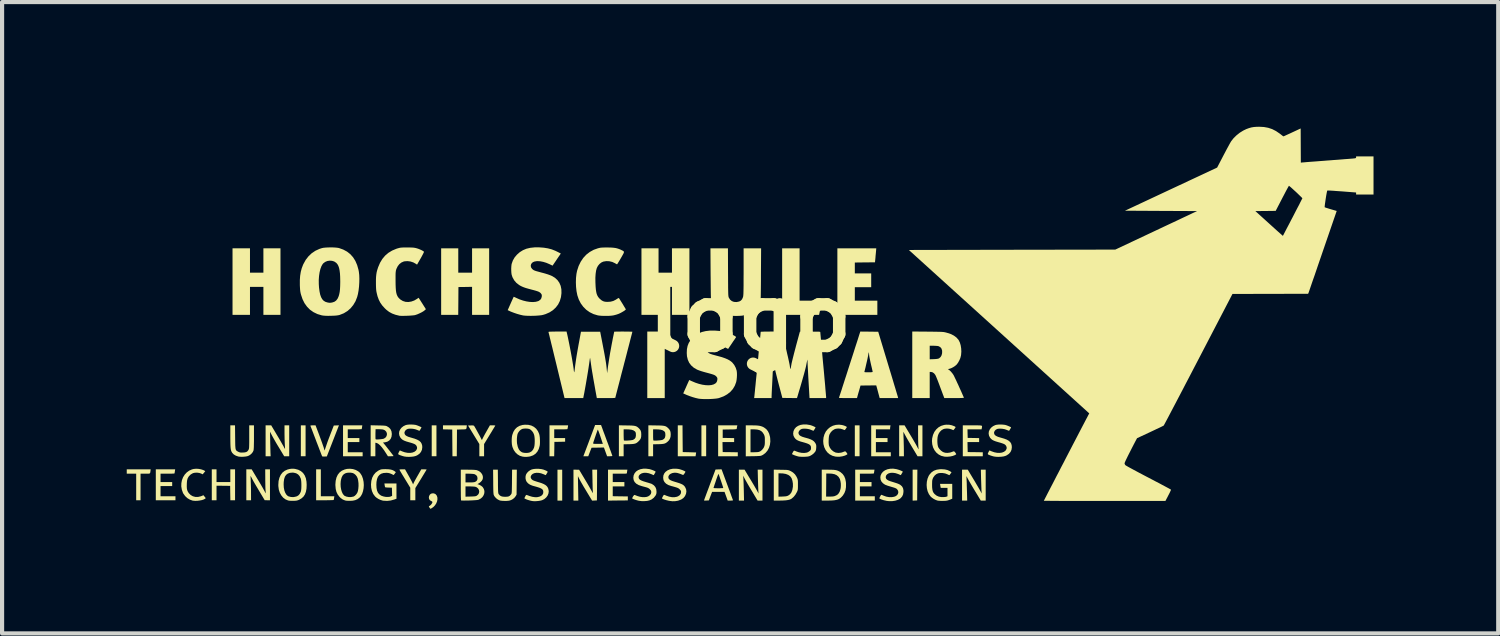
<source format=kicad_pcb>
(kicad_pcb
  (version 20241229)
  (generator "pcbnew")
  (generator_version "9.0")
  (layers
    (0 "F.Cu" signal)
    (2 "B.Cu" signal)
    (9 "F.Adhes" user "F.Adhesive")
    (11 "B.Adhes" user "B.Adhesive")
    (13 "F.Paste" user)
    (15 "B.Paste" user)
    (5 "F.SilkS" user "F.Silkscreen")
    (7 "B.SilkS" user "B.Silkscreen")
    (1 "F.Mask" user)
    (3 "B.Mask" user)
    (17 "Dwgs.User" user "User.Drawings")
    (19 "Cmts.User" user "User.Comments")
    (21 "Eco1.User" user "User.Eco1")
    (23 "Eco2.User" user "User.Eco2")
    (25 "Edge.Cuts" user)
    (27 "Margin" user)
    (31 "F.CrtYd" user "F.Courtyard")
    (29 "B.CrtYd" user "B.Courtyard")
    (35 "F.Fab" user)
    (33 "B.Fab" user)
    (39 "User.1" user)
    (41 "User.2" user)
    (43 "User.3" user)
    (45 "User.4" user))
  (footprint "logo"
    (layer "F.Cu")
    (at 15 4.596)
    (property "Reference" "logo" (at 0 0 0) (layer "F.SilkS") (effects (font (size 1.5 1.5) (thickness 0.3))))
    (attr board_only exclude_from_pos_files exclude_from_bom)
    (fp_poly (pts (xy -10.697 2.961) (xy -10.697 3.332) (xy -10.754 3.332) (xy -10.811 3.332) (xy -10.811 2.961) (xy -10.811 2.589) (xy -10.754 2.589) (xy -10.697 2.589)) (stroke (width 0) (type solid)) (fill yes) (layer "F.SilkS"))
    (fp_poly (pts (xy -7.548 2.961) (xy -7.548 3.332) (xy -7.605 3.332) (xy -7.662 3.332) (xy -7.662 2.961) (xy -7.662 2.589) (xy -7.605 2.589) (xy -7.548 2.589)) (stroke (width 0) (type solid)) (fill yes) (layer "F.SilkS"))
    (fp_poly (pts (xy -4.522 4.028) (xy -4.522 4.4) (xy -4.579 4.4) (xy -4.636 4.4) (xy -4.636 4.028) (xy -4.636 3.656) (xy -4.579 3.656) (xy -4.522 3.656)) (stroke (width 0) (type solid)) (fill yes) (layer "F.SilkS"))
    (fp_poly (pts (xy -2.055 1.133) (xy -2.055 1.933) (xy -2.265 1.933) (xy -2.475 1.933) (xy -2.475 1.133) (xy -2.475 0.332) (xy -2.265 0.332) (xy -2.055 0.332)) (stroke (width 0) (type solid)) (fill yes) (layer "F.SilkS"))
    (fp_poly (pts (xy -1.058 2.961) (xy -1.058 3.332) (xy -1.115 3.332) (xy -1.172 3.332) (xy -1.172 2.961) (xy -1.172 2.589) (xy -1.115 2.589) (xy -1.058 2.589)) (stroke (width 0) (type solid)) (fill yes) (layer "F.SilkS"))
    (fp_poly (pts (xy 2.633 2.961) (xy 2.633 3.332) (xy 2.576 3.332) (xy 2.519 3.332) (xy 2.519 2.961) (xy 2.519 2.589) (xy 2.576 2.589) (xy 2.633 2.589)) (stroke (width 0) (type solid)) (fill yes) (layer "F.SilkS"))
    (fp_poly (pts (xy 4.021 4.026) (xy 4.019 4.395) (xy 3.964 4.398) (xy 3.91 4.4) (xy 3.91 4.028) (xy 3.91 3.656) (xy 3.967 3.656) (xy 4.024 3.656)) (stroke (width 0) (type solid)) (fill yes) (layer "F.SilkS"))
    (fp_poly (pts (xy -1.625 2.91) (xy -1.622 3.232) (xy -1.461 3.236) (xy -1.299 3.241) (xy -1.306 3.287) (xy -1.313 3.332) (xy -1.527 3.332) (xy -1.741 3.332) (xy -1.741 2.961) (xy -1.741 2.589) (xy -1.684 2.589) (xy -1.627 2.589)) (stroke (width 0) (type solid)) (fill yes) (layer "F.SilkS"))
    (fp_poly (pts (xy -10.33 3.971) (xy -10.33 4.295) (xy -10.167 4.295) (xy -10.005 4.295) (xy -10.011 4.336) (xy -10.015 4.362) (xy -10.019 4.38) (xy -10.021 4.384) (xy -10.03 4.386) (xy -10.055 4.388) (xy -10.092 4.389) (xy -10.139 4.39) (xy -10.194 4.391) (xy -10.234 4.391) (xy -10.443 4.391) (xy -10.443 4.019) (xy -10.443 3.647) (xy -10.387 3.647) (xy -10.33 3.647)) (stroke (width 0) (type solid)) (fill yes) (layer "F.SilkS"))
    (fp_poly (pts (xy -14.429 3.68) (xy -14.432 3.709) (xy -14.436 3.729) (xy -14.443 3.742) (xy -14.456 3.749) (xy -14.477 3.752) (xy -14.511 3.752) (xy -14.554 3.752) (xy -14.668 3.752) (xy -14.668 4.072) (xy -14.668 4.391) (xy -14.72 4.391) (xy -14.773 4.391) (xy -14.773 4.072) (xy -14.773 3.752) (xy -14.887 3.752) (xy -15 3.752) (xy -15 3.7) (xy -15 3.647) (xy -14.712 3.647) (xy -14.424 3.647)) (stroke (width 0) (type solid)) (fill yes) (layer "F.SilkS"))
    (fp_poly (pts (xy -6.82 2.617) (xy -6.823 2.645) (xy -6.827 2.663) (xy -6.834 2.675) (xy -6.847 2.682) (xy -6.87 2.685) (xy -6.905 2.686) (xy -6.943 2.687) (xy -7.054 2.69) (xy -7.056 3.011) (xy -7.059 3.332) (xy -7.111 3.332) (xy -7.163 3.332) (xy -7.166 3.011) (xy -7.168 2.69) (xy -7.279 2.687) (xy -7.391 2.685) (xy -7.391 2.637) (xy -7.391 2.589) (xy -7.104 2.589) (xy -6.817 2.589)) (stroke (width 0) (type solid)) (fill yes) (layer "F.SilkS"))
    (fp_poly (pts (xy 1.19 -1.041) (xy 1.19 -0.411) (xy 1.461 -0.411) (xy 1.528 -0.411) (xy 1.588 -0.41) (xy 1.641 -0.409) (xy 1.684 -0.408) (xy 1.714 -0.407) (xy 1.73 -0.405) (xy 1.732 -0.405) (xy 1.73 -0.394) (xy 1.725 -0.37) (xy 1.717 -0.334) (xy 1.708 -0.289) (xy 1.696 -0.238) (xy 1.695 -0.234) (xy 1.659 -0.07) (xy 1.214 -0.07) (xy 0.77 -0.07) (xy 0.77 -0.87) (xy 0.77 -1.671) (xy 0.98 -1.671) (xy 1.19 -1.671)) (stroke (width 0) (type solid)) (fill yes) (layer "F.SilkS"))
    (fp_poly (pts (xy -12.84 3.8) (xy -12.84 3.953) (xy -12.674 3.953) (xy -12.508 3.953) (xy -12.508 3.8) (xy -12.508 3.647) (xy -12.451 3.647) (xy -12.394 3.647) (xy -12.394 4.019) (xy -12.394 4.391) (xy -12.451 4.391) (xy -12.507 4.391) (xy -12.51 4.218) (xy -12.512 4.045) (xy -12.676 4.043) (xy -12.84 4.041) (xy -12.84 4.216) (xy -12.84 4.391) (xy -12.897 4.391) (xy -12.954 4.391) (xy -12.954 4.019) (xy -12.954 3.647) (xy -12.897 3.647) (xy -12.84 3.647)) (stroke (width 0) (type solid)) (fill yes) (layer "F.SilkS"))
    (fp_poly (pts (xy -12.035 -1.378) (xy -12.035 -1.085) (xy -11.873 -1.085) (xy -11.712 -1.085) (xy -11.712 -1.378) (xy -11.712 -1.671) (xy -11.506 -1.671) (xy -11.301 -1.671) (xy -11.301 -0.87) (xy -11.301 -0.07) (xy -11.506 -0.07) (xy -11.712 -0.07) (xy -11.712 -0.407) (xy -11.712 -0.743) (xy -11.873 -0.743) (xy -12.035 -0.743) (xy -12.035 -0.407) (xy -12.035 -0.07) (xy -12.245 -0.07) (xy -12.455 -0.07) (xy -12.455 -0.87) (xy -12.455 -1.671) (xy -12.245 -1.671) (xy -12.035 -1.671)) (stroke (width 0) (type solid)) (fill yes) (layer "F.SilkS"))
    (fp_poly (pts (xy -7.023 -1.378) (xy -7.023 -1.085) (xy -6.857 -1.085) (xy -6.691 -1.085) (xy -6.691 -1.378) (xy -6.691 -1.671) (xy -6.486 -1.671) (xy -6.28 -1.671) (xy -6.28 -0.87) (xy -6.28 -0.07) (xy -6.486 -0.07) (xy -6.691 -0.07) (xy -6.691 -0.407) (xy -6.691 -0.744) (xy -6.855 -0.741) (xy -7.019 -0.739) (xy -7.021 -0.405) (xy -7.024 -0.07) (xy -7.229 -0.07) (xy -7.435 -0.07) (xy -7.435 -0.87) (xy -7.435 -1.671) (xy -7.229 -1.671) (xy -7.023 -1.671)) (stroke (width 0) (type solid)) (fill yes) (layer "F.SilkS"))
    (fp_poly (pts (xy -2.204 -1.378) (xy -2.204 -1.085) (xy -2.042 -1.085) (xy -1.881 -1.085) (xy -1.881 -1.378) (xy -1.881 -1.671) (xy -1.671 -1.671) (xy -1.461 -1.671) (xy -1.461 -0.87) (xy -1.461 -0.07) (xy -1.671 -0.07) (xy -1.881 -0.07) (xy -1.881 -0.407) (xy -1.881 -0.743) (xy -2.042 -0.743) (xy -2.204 -0.743) (xy -2.204 -0.407) (xy -2.204 -0.07) (xy -2.41 -0.07) (xy -2.615 -0.07) (xy -2.615 -0.87) (xy -2.615 -1.671) (xy -2.41 -1.671) (xy -2.204 -1.671)) (stroke (width 0) (type solid)) (fill yes) (layer "F.SilkS"))
    (fp_poly (pts (xy -4.386 2.631) (xy -4.391 2.656) (xy -4.395 2.674) (xy -4.397 2.679) (xy -4.406 2.681) (xy -4.43 2.683) (xy -4.466 2.684) (xy -4.511 2.685) (xy -4.557 2.685) (xy -4.714 2.685) (xy -4.714 2.79) (xy -4.714 2.895) (xy -4.583 2.895) (xy -4.452 2.895) (xy -4.452 2.939) (xy -4.452 2.982) (xy -4.581 2.985) (xy -4.71 2.987) (xy -4.712 3.16) (xy -4.715 3.332) (xy -4.771 3.332) (xy -4.828 3.332) (xy -4.828 2.961) (xy -4.828 2.589) (xy -4.604 2.589) (xy -4.38 2.589)) (stroke (width 0) (type solid)) (fill yes) (layer "F.SilkS"))
    (fp_poly (pts (xy 3.373 2.616) (xy 3.369 2.643) (xy 3.367 2.664) (xy 3.367 2.685) (xy 3.197 2.685) (xy 3.026 2.685) (xy 3.026 2.79) (xy 3.026 2.895) (xy 3.166 2.895) (xy 3.306 2.895) (xy 3.306 2.943) (xy 3.306 2.991) (xy 3.166 2.991) (xy 3.026 2.991) (xy 3.026 3.114) (xy 3.026 3.236) (xy 3.206 3.236) (xy 3.385 3.236) (xy 3.385 3.284) (xy 3.385 3.332) (xy 3.149 3.332) (xy 2.913 3.332) (xy 2.913 2.961) (xy 2.913 2.589) (xy 3.145 2.589) (xy 3.378 2.589)) (stroke (width 0) (type solid)) (fill yes) (layer "F.SilkS"))
    (fp_poly (pts (xy 3.03 -1.612) (xy 3.027 -1.579) (xy 3.023 -1.534) (xy 3.018 -1.485) (xy 3.015 -1.443) (xy 3.004 -1.334) (xy 2.762 -1.332) (xy 2.519 -1.329) (xy 2.519 -1.198) (xy 2.519 -1.067) (xy 2.716 -1.067) (xy 2.913 -1.067) (xy 2.913 -0.901) (xy 2.913 -0.735) (xy 2.716 -0.735) (xy 2.519 -0.735) (xy 2.519 -0.573) (xy 2.519 -0.411) (xy 2.79 -0.411) (xy 3.061 -0.411) (xy 3.061 -0.241) (xy 3.061 -0.07) (xy 2.58 -0.07) (xy 2.099 -0.07) (xy 2.099 -0.87) (xy 2.099 -1.671) (xy 2.567 -1.671) (xy 3.035 -1.671)) (stroke (width 0) (type solid)) (fill yes) (layer "F.SilkS"))
    (fp_poly (pts (xy -13.842 3.693) (xy -13.846 3.72) (xy -13.85 3.74) (xy -13.852 3.746) (xy -13.861 3.748) (xy -13.886 3.75) (xy -13.922 3.751) (xy -13.967 3.752) (xy -14.019 3.752) (xy -14.021 3.752) (xy -14.187 3.752) (xy -14.187 3.853) (xy -14.187 3.953) (xy -14.047 3.953) (xy -13.907 3.953) (xy -13.907 4.002) (xy -13.907 4.05) (xy -14.047 4.05) (xy -14.187 4.05) (xy -14.187 4.172) (xy -14.187 4.295) (xy -14.008 4.295) (xy -13.828 4.295) (xy -13.828 4.343) (xy -13.828 4.391) (xy -14.064 4.391) (xy -14.301 4.391) (xy -14.301 4.019) (xy -14.301 3.647) (xy -14.068 3.647) (xy -13.835 3.647)) (stroke (width 0) (type solid)) (fill yes) (layer "F.SilkS"))
    (fp_poly (pts (xy -9.338 2.631) (xy -9.342 2.656) (xy -9.346 2.674) (xy -9.347 2.679) (xy -9.357 2.681) (xy -9.381 2.682) (xy -9.417 2.684) (xy -9.463 2.685) (xy -9.514 2.685) (xy -9.517 2.685) (xy -9.682 2.685) (xy -9.682 2.79) (xy -9.682 2.895) (xy -9.542 2.895) (xy -9.403 2.895) (xy -9.403 2.943) (xy -9.403 2.991) (xy -9.542 2.991) (xy -9.682 2.991) (xy -9.682 3.114) (xy -9.682 3.236) (xy -9.503 3.236) (xy -9.324 3.236) (xy -9.324 3.284) (xy -9.324 3.332) (xy -9.56 3.332) (xy -9.796 3.332) (xy -9.796 2.961) (xy -9.796 2.589) (xy -9.564 2.589) (xy -9.332 2.589)) (stroke (width 0) (type solid)) (fill yes) (layer "F.SilkS"))
    (fp_poly (pts (xy -0.316 2.626) (xy -0.32 2.652) (xy -0.323 2.671) (xy -0.323 2.674) (xy -0.328 2.678) (xy -0.344 2.681) (xy -0.371 2.684) (xy -0.413 2.686) (xy -0.469 2.687) (xy -0.492 2.687) (xy -0.66 2.69) (xy -0.66 2.79) (xy -0.66 2.891) (xy -0.523 2.893) (xy -0.385 2.896) (xy -0.385 2.943) (xy -0.385 2.991) (xy -0.525 2.991) (xy -0.665 2.991) (xy -0.663 3.112) (xy -0.66 3.232) (xy -0.479 3.234) (xy -0.297 3.237) (xy -0.297 3.285) (xy -0.297 3.332) (xy -0.534 3.332) (xy -0.77 3.332) (xy -0.77 2.961) (xy -0.77 2.589) (xy -0.539 2.589) (xy -0.308 2.589)) (stroke (width 0) (type solid)) (fill yes) (layer "F.SilkS"))
    (fp_poly (pts (xy 2.986 3.698) (xy 2.982 3.723) (xy 2.978 3.742) (xy 2.977 3.746) (xy 2.967 3.748) (xy 2.943 3.75) (xy 2.907 3.751) (xy 2.861 3.752) (xy 2.81 3.752) (xy 2.807 3.752) (xy 2.641 3.752) (xy 2.641 3.853) (xy 2.641 3.953) (xy 2.781 3.953) (xy 2.921 3.953) (xy 2.921 4.006) (xy 2.921 4.058) (xy 2.781 4.058) (xy 2.641 4.058) (xy 2.641 4.176) (xy 2.641 4.295) (xy 2.821 4.295) (xy 3 4.295) (xy 3 4.347) (xy 3 4.4) (xy 2.764 4.4) (xy 2.528 4.4) (xy 2.528 4.028) (xy 2.528 3.656) (xy 2.76 3.656) (xy 2.992 3.656)) (stroke (width 0) (type solid)) (fill yes) (layer "F.SilkS"))
    (fp_poly (pts (xy -2.959 3.689) (xy -2.963 3.715) (xy -2.965 3.735) (xy -2.965 3.737) (xy -2.966 3.742) (xy -2.971 3.746) (xy -2.983 3.749) (xy -3.003 3.751) (xy -3.034 3.752) (xy -3.077 3.752) (xy -3.136 3.752) (xy -3.306 3.752) (xy -3.306 3.853) (xy -3.306 3.953) (xy -3.166 3.953) (xy -3.026 3.953) (xy -3.026 4.006) (xy -3.026 4.058) (xy -3.166 4.058) (xy -3.306 4.058) (xy -3.306 4.176) (xy -3.306 4.294) (xy -3.125 4.297) (xy -2.943 4.299) (xy -2.943 4.347) (xy -2.943 4.395) (xy -3.182 4.397) (xy -3.42 4.4) (xy -3.42 4.028) (xy -3.42 3.656) (xy -3.187 3.656) (xy -2.954 3.656)) (stroke (width 0) (type solid)) (fill yes) (layer "F.SilkS"))
    (fp_poly (pts (xy 5.474 2.589) (xy 5.516 2.59) (xy 5.545 2.592) (xy 5.564 2.595) (xy 5.576 2.601) (xy 5.58 2.61) (xy 5.58 2.621) (xy 5.578 2.637) (xy 5.575 2.652) (xy 5.569 2.685) (xy 5.4 2.685) (xy 5.23 2.685) (xy 5.232 2.788) (xy 5.235 2.891) (xy 5.373 2.893) (xy 5.51 2.896) (xy 5.51 2.943) (xy 5.51 2.991) (xy 5.37 2.991) (xy 5.23 2.991) (xy 5.232 3.112) (xy 5.235 3.232) (xy 5.416 3.234) (xy 5.598 3.237) (xy 5.598 3.285) (xy 5.598 3.332) (xy 5.357 3.332) (xy 5.117 3.332) (xy 5.117 2.961) (xy 5.117 2.589) (xy 5.349 2.589) (xy 5.419 2.589)) (stroke (width 0) (type solid)) (fill yes) (layer "F.SilkS"))
    (fp_poly (pts (xy -7.583 4.236) (xy -7.567 4.247) (xy -7.54 4.28) (xy -7.526 4.322) (xy -7.524 4.368) (xy -7.533 4.418) (xy -7.553 4.467) (xy -7.583 4.513) (xy -7.622 4.554) (xy -7.669 4.586) (xy -7.672 4.588) (xy -7.688 4.595) (xy -7.698 4.593) (xy -7.709 4.579) (xy -7.715 4.57) (xy -7.726 4.55) (xy -7.731 4.538) (xy -7.731 4.536) (xy -7.722 4.531) (xy -7.705 4.52) (xy -7.703 4.519) (xy -7.681 4.5) (xy -7.661 4.475) (xy -7.648 4.449) (xy -7.645 4.434) (xy -7.652 4.422) (xy -7.671 4.411) (xy -7.675 4.409) (xy -7.705 4.391) (xy -7.724 4.362) (xy -7.731 4.328) (xy -7.726 4.293) (xy -7.709 4.26) (xy -7.686 4.238) (xy -7.655 4.226) (xy -7.619 4.225)) (stroke (width 0) (type solid)) (fill yes) (layer "F.SilkS"))
    (fp_poly (pts (xy -3.684 4.026) (xy -3.687 4.395) (xy -3.745 4.398) (xy -3.803 4.4) (xy -3.934 4.183) (xy -3.97 4.123) (xy -4.006 4.064) (xy -4.038 4.008) (xy -4.067 3.958) (xy -4.089 3.918) (xy -4.105 3.889) (xy -4.105 3.889) (xy -4.144 3.811) (xy -4.139 4.105) (xy -4.134 4.4) (xy -4.193 4.4) (xy -4.251 4.4) (xy -4.251 4.028) (xy -4.251 3.656) (xy -4.183 3.656) (xy -4.115 3.657) (xy -3.984 3.876) (xy -3.948 3.936) (xy -3.913 3.995) (xy -3.881 4.05) (xy -3.853 4.099) (xy -3.831 4.138) (xy -3.816 4.165) (xy -3.815 4.167) (xy -3.8 4.195) (xy -3.789 4.213) (xy -3.783 4.219) (xy -3.783 4.216) (xy -3.785 4.202) (xy -3.786 4.173) (xy -3.788 4.131) (xy -3.79 4.078) (xy -3.791 4.018) (xy -3.793 3.952) (xy -3.793 3.925) (xy -3.798 3.656) (xy -3.74 3.656) (xy -3.682 3.656)) (stroke (width 0) (type solid)) (fill yes) (layer "F.SilkS"))
    (fp_poly (pts (xy -0.009 3.864) (xy 0.027 3.923) (xy 0.062 3.982) (xy 0.095 4.037) (xy 0.123 4.086) (xy 0.146 4.126) (xy 0.16 4.15) (xy 0.202 4.229) (xy 0.197 4.155) (xy 0.196 4.124) (xy 0.194 4.08) (xy 0.192 4.025) (xy 0.19 3.964) (xy 0.188 3.9) (xy 0.187 3.868) (xy 0.182 3.656) (xy 0.24 3.656) (xy 0.297 3.656) (xy 0.297 4.028) (xy 0.297 4.4) (xy 0.238 4.399) (xy 0.179 4.399) (xy 0.042 4.17) (xy 0.005 4.109) (xy -0.03 4.049) (xy -0.063 3.993) (xy -0.091 3.943) (xy -0.114 3.903) (xy -0.129 3.875) (xy -0.132 3.87) (xy -0.167 3.8) (xy -0.162 3.875) (xy -0.161 3.905) (xy -0.159 3.948) (xy -0.157 4.003) (xy -0.155 4.064) (xy -0.153 4.13) (xy -0.152 4.174) (xy -0.147 4.4) (xy -0.209 4.4) (xy -0.271 4.4) (xy -0.271 4.028) (xy -0.271 3.656) (xy -0.203 3.656) (xy -0.134 3.656)) (stroke (width 0) (type solid)) (fill yes) (layer "F.SilkS"))
    (fp_poly (pts (xy -8.224 3.789) (xy -8.197 3.837) (xy -8.172 3.883) (xy -8.151 3.923) (xy -8.135 3.954) (xy -8.127 3.971) (xy -8.11 4.01) (xy -8.096 3.975) (xy -8.087 3.957) (xy -8.071 3.926) (xy -8.049 3.886) (xy -8.024 3.841) (xy -7.997 3.794) (xy -7.913 3.647) (xy -7.849 3.647) (xy -7.818 3.648) (xy -7.795 3.649) (xy -7.785 3.651) (xy -7.784 3.651) (xy -7.789 3.66) (xy -7.801 3.681) (xy -7.821 3.713) (xy -7.846 3.755) (xy -7.876 3.804) (xy -7.909 3.859) (xy -7.92 3.877) (xy -8.056 4.098) (xy -8.056 4.244) (xy -8.056 4.391) (xy -8.117 4.391) (xy -8.178 4.391) (xy -8.178 4.24) (xy -8.178 4.089) (xy -8.306 3.879) (xy -8.339 3.824) (xy -8.37 3.774) (xy -8.396 3.73) (xy -8.417 3.695) (xy -8.431 3.671) (xy -8.438 3.659) (xy -8.438 3.658) (xy -8.436 3.652) (xy -8.421 3.649) (xy -8.393 3.647) (xy -8.373 3.647) (xy -8.304 3.647)) (stroke (width 0) (type solid)) (fill yes) (layer "F.SilkS"))
    (fp_poly (pts (xy 5.367 3.873) (xy 5.403 3.932) (xy 5.437 3.991) (xy 5.469 4.045) (xy 5.497 4.093) (xy 5.52 4.132) (xy 5.534 4.159) (xy 5.535 4.159) (xy 5.572 4.229) (xy 5.568 4.172) (xy 5.566 4.148) (xy 5.565 4.109) (xy 5.563 4.059) (xy 5.561 4) (xy 5.559 3.937) (xy 5.557 3.886) (xy 5.552 3.656) (xy 5.61 3.656) (xy 5.668 3.656) (xy 5.668 4.028) (xy 5.668 4.4) (xy 5.609 4.399) (xy 5.55 4.399) (xy 5.417 4.179) (xy 5.38 4.118) (xy 5.345 4.059) (xy 5.312 4.003) (xy 5.283 3.953) (xy 5.26 3.913) (xy 5.245 3.885) (xy 5.244 3.883) (xy 5.204 3.809) (xy 5.208 3.897) (xy 5.21 3.931) (xy 5.212 3.98) (xy 5.213 4.038) (xy 5.215 4.101) (xy 5.217 4.167) (xy 5.218 4.192) (xy 5.223 4.4) (xy 5.161 4.4) (xy 5.099 4.4) (xy 5.099 4.028) (xy 5.099 3.656) (xy 5.168 3.656) (xy 5.237 3.656)) (stroke (width 0) (type solid)) (fill yes) (layer "F.SilkS"))
    (fp_poly (pts (xy -6.165 2.589) (xy -6.142 2.591) (xy -6.132 2.593) (xy -6.131 2.593) (xy -6.136 2.601) (xy -6.148 2.622) (xy -6.168 2.655) (xy -6.193 2.696) (xy -6.222 2.745) (xy -6.256 2.8) (xy -6.267 2.818) (xy -6.402 3.039) (xy -6.402 3.186) (xy -6.402 3.332) (xy -6.459 3.332) (xy -6.516 3.332) (xy -6.516 3.186) (xy -6.516 3.039) (xy -6.652 2.816) (xy -6.788 2.593) (xy -6.72 2.591) (xy -6.684 2.59) (xy -6.661 2.592) (xy -6.648 2.597) (xy -6.641 2.603) (xy -6.632 2.618) (xy -6.616 2.645) (xy -6.596 2.68) (xy -6.573 2.722) (xy -6.549 2.766) (xy -6.525 2.809) (xy -6.503 2.849) (xy -6.486 2.883) (xy -6.473 2.908) (xy -6.468 2.919) (xy -6.461 2.934) (xy -6.455 2.939) (xy -6.448 2.931) (xy -6.443 2.919) (xy -6.437 2.906) (xy -6.424 2.88) (xy -6.405 2.844) (xy -6.382 2.801) (xy -6.355 2.753) (xy -6.35 2.744) (xy -6.262 2.589) (xy -6.196 2.589)) (stroke (width 0) (type solid)) (fill yes) (layer "F.SilkS"))
    (fp_poly (pts (xy -10.04 2.963) (xy -10.186 3.337) (xy -10.24 3.339) (xy -10.27 3.34) (xy -10.288 3.339) (xy -10.298 3.332) (xy -10.305 3.319) (xy -10.307 3.313) (xy -10.313 3.299) (xy -10.324 3.27) (xy -10.34 3.229) (xy -10.36 3.177) (xy -10.383 3.116) (xy -10.409 3.049) (xy -10.437 2.977) (xy -10.446 2.952) (xy -10.474 2.879) (xy -10.5 2.811) (xy -10.523 2.75) (xy -10.543 2.697) (xy -10.56 2.654) (xy -10.572 2.624) (xy -10.578 2.607) (xy -10.579 2.604) (xy -10.581 2.596) (xy -10.575 2.592) (xy -10.559 2.59) (xy -10.529 2.589) (xy -10.521 2.589) (xy -10.457 2.589) (xy -10.367 2.827) (xy -10.343 2.892) (xy -10.32 2.955) (xy -10.299 3.013) (xy -10.282 3.063) (xy -10.268 3.103) (xy -10.259 3.129) (xy -10.259 3.131) (xy -10.24 3.196) (xy -10.202 3.083) (xy -10.187 3.039) (xy -10.168 2.984) (xy -10.145 2.922) (xy -10.12 2.857) (xy -10.096 2.794) (xy -10.091 2.781) (xy -10.018 2.593) (xy -9.956 2.591) (xy -9.894 2.588)) (stroke (width 0) (type solid)) (fill yes) (layer "F.SilkS"))
    (fp_poly (pts (xy -11.091 2.961) (xy -11.091 3.332) (xy -11.151 3.332) (xy -11.212 3.332) (xy -11.332 3.133) (xy -11.368 3.074) (xy -11.404 3.014) (xy -11.437 2.956) (xy -11.467 2.903) (xy -11.491 2.86) (xy -11.503 2.838) (xy -11.553 2.742) (xy -11.549 2.943) (xy -11.548 3.008) (xy -11.546 3.073) (xy -11.545 3.135) (xy -11.543 3.188) (xy -11.542 3.23) (xy -11.542 3.238) (xy -11.538 3.332) (xy -11.599 3.332) (xy -11.659 3.332) (xy -11.659 2.961) (xy -11.659 2.589) (xy -11.591 2.589) (xy -11.524 2.589) (xy -11.382 2.828) (xy -11.346 2.888) (xy -11.312 2.946) (xy -11.281 3) (xy -11.255 3.046) (xy -11.234 3.082) (xy -11.221 3.106) (xy -11.218 3.112) (xy -11.205 3.137) (xy -11.195 3.152) (xy -11.191 3.156) (xy -11.191 3.147) (xy -11.192 3.124) (xy -11.194 3.091) (xy -11.196 3.061) (xy -11.198 3.024) (xy -11.2 2.973) (xy -11.202 2.914) (xy -11.203 2.85) (xy -11.204 2.787) (xy -11.204 2.779) (xy -11.204 2.589) (xy -11.147 2.589) (xy -11.091 2.589)) (stroke (width 0) (type solid)) (fill yes) (layer "F.SilkS"))
    (fp_poly (pts (xy 1.883 3.656) (xy 1.952 3.657) (xy 2.006 3.659) (xy 2.05 3.664) (xy 2.086 3.672) (xy 2.117 3.683) (xy 2.147 3.698) (xy 2.177 3.717) (xy 2.226 3.76) (xy 2.263 3.812) (xy 2.289 3.876) (xy 2.304 3.952) (xy 2.307 3.991) (xy 2.306 4.077) (xy 2.294 4.151) (xy 2.269 4.217) (xy 2.232 4.276) (xy 2.211 4.3) (xy 2.181 4.33) (xy 2.15 4.353) (xy 2.115 4.371) (xy 2.075 4.383) (xy 2.026 4.392) (xy 1.966 4.397) (xy 1.892 4.399) (xy 1.852 4.399) (xy 1.723 4.4) (xy 1.723 4.303) (xy 1.828 4.303) (xy 1.914 4.303) (xy 1.968 4.302) (xy 2.011 4.297) (xy 2.037 4.29) (xy 2.087 4.267) (xy 2.125 4.233) (xy 2.153 4.188) (xy 2.172 4.129) (xy 2.179 4.095) (xy 2.183 4.044) (xy 2.182 3.988) (xy 2.174 3.935) (xy 2.162 3.889) (xy 2.155 3.872) (xy 2.124 3.824) (xy 2.083 3.789) (xy 2.032 3.765) (xy 1.969 3.752) (xy 1.911 3.749) (xy 1.832 3.748) (xy 1.83 4.026) (xy 1.828 4.303) (xy 1.723 4.303) (xy 1.723 4.028) (xy 1.723 3.656)) (stroke (width 0) (type solid)) (fill yes) (layer "F.SilkS"))
    (fp_poly (pts (xy -11.854 3.881) (xy -11.817 3.942) (xy -11.783 4) (xy -11.751 4.054) (xy -11.724 4.101) (xy -11.703 4.139) (xy -11.689 4.164) (xy -11.686 4.17) (xy -11.672 4.197) (xy -11.662 4.216) (xy -11.657 4.225) (xy -11.657 4.225) (xy -11.656 4.217) (xy -11.657 4.195) (xy -11.66 4.165) (xy -11.66 4.157) (xy -11.662 4.129) (xy -11.664 4.087) (xy -11.665 4.034) (xy -11.666 3.974) (xy -11.667 3.909) (xy -11.667 3.868) (xy -11.668 3.647) (xy -11.611 3.647) (xy -11.554 3.647) (xy -11.554 4.019) (xy -11.554 4.391) (xy -11.618 4.391) (xy -11.681 4.39) (xy -11.818 4.161) (xy -11.854 4.1) (xy -11.889 4.041) (xy -11.921 3.986) (xy -11.949 3.938) (xy -11.97 3.899) (xy -11.985 3.872) (xy -11.987 3.867) (xy -12.002 3.838) (xy -12.014 3.817) (xy -12.02 3.806) (xy -12.021 3.806) (xy -12.021 3.815) (xy -12.021 3.839) (xy -12.019 3.873) (xy -12.017 3.915) (xy -12.017 3.927) (xy -12.015 3.976) (xy -12.013 4.037) (xy -12.011 4.103) (xy -12.01 4.17) (xy -12.01 4.218) (xy -12.009 4.391) (xy -12.066 4.391) (xy -12.123 4.391) (xy -12.123 4.019) (xy -12.123 3.647) (xy -12.058 3.647) (xy -11.994 3.647)) (stroke (width 0) (type solid)) (fill yes) (layer "F.SilkS"))
    (fp_poly (pts (xy 3.851 2.814) (xy 3.887 2.874) (xy 3.922 2.933) (xy 3.953 2.987) (xy 3.981 3.035) (xy 4.002 3.073) (xy 4.017 3.1) (xy 4.018 3.103) (xy 4.033 3.132) (xy 4.045 3.154) (xy 4.052 3.166) (xy 4.052 3.166) (xy 4.053 3.158) (xy 4.051 3.137) (xy 4.049 3.107) (xy 4.048 3.103) (xy 4.047 3.076) (xy 4.045 3.036) (xy 4.044 2.984) (xy 4.042 2.924) (xy 4.042 2.86) (xy 4.041 2.814) (xy 4.041 2.589) (xy 4.093 2.589) (xy 4.146 2.589) (xy 4.146 2.961) (xy 4.146 3.332) (xy 4.087 3.332) (xy 4.028 3.332) (xy 3.891 3.103) (xy 3.855 3.042) (xy 3.82 2.983) (xy 3.788 2.928) (xy 3.76 2.879) (xy 3.739 2.84) (xy 3.724 2.813) (xy 3.722 2.809) (xy 3.707 2.78) (xy 3.695 2.758) (xy 3.689 2.748) (xy 3.688 2.748) (xy 3.687 2.757) (xy 3.688 2.781) (xy 3.689 2.816) (xy 3.69 2.86) (xy 3.692 2.895) (xy 3.694 2.959) (xy 3.696 3.032) (xy 3.698 3.107) (xy 3.699 3.174) (xy 3.699 3.186) (xy 3.7 3.332) (xy 3.643 3.332) (xy 3.586 3.332) (xy 3.586 2.961) (xy 3.586 2.589) (xy 3.651 2.589) (xy 3.716 2.589)) (stroke (width 0) (type solid)) (fill yes) (layer "F.SilkS"))
    (fp_poly (pts (xy -13.272 3.636) (xy -13.213 3.647) (xy -13.16 3.664) (xy -13.13 3.679) (xy -13.111 3.692) (xy -13.142 3.73) (xy -13.173 3.767) (xy -13.21 3.749) (xy -13.255 3.734) (xy -13.308 3.727) (xy -13.361 3.729) (xy -13.406 3.739) (xy -13.459 3.769) (xy -13.503 3.811) (xy -13.532 3.859) (xy -13.541 3.886) (xy -13.548 3.914) (xy -13.552 3.949) (xy -13.555 3.996) (xy -13.555 4.004) (xy -13.556 4.064) (xy -13.553 4.111) (xy -13.545 4.149) (xy -13.531 4.182) (xy -13.511 4.214) (xy -13.506 4.221) (xy -13.462 4.265) (xy -13.41 4.295) (xy -13.35 4.311) (xy -13.287 4.312) (xy -13.222 4.297) (xy -13.205 4.291) (xy -13.155 4.27) (xy -13.127 4.305) (xy -13.099 4.341) (xy -13.119 4.357) (xy -13.149 4.373) (xy -13.191 4.387) (xy -13.242 4.397) (xy -13.296 4.404) (xy -13.35 4.406) (xy -13.399 4.402) (xy -13.415 4.4) (xy -13.48 4.377) (xy -13.541 4.341) (xy -13.594 4.292) (xy -13.636 4.235) (xy -13.648 4.213) (xy -13.675 4.136) (xy -13.688 4.058) (xy -13.686 3.981) (xy -13.672 3.907) (xy -13.645 3.838) (xy -13.606 3.775) (xy -13.557 3.722) (xy -13.498 3.679) (xy -13.431 3.649) (xy -13.387 3.638) (xy -13.332 3.633)) (stroke (width 0) (type solid)) (fill yes) (layer "F.SilkS"))
    (fp_poly (pts (xy -2.263 2.591) (xy -2.192 2.592) (xy -2.136 2.594) (xy -2.092 2.598) (xy -2.058 2.604) (xy -2.031 2.613) (xy -2.009 2.625) (xy -1.988 2.642) (xy -1.97 2.658) (xy -1.941 2.692) (xy -1.923 2.724) (xy -1.914 2.763) (xy -1.911 2.808) (xy -1.915 2.863) (xy -1.929 2.908) (xy -1.953 2.948) (xy -1.974 2.971) (xy -2.001 2.995) (xy -2.027 3.013) (xy -2.055 3.026) (xy -2.089 3.034) (xy -2.133 3.039) (xy -2.19 3.042) (xy -2.206 3.042) (xy -2.335 3.045) (xy -2.335 3.189) (xy -2.335 3.332) (xy -2.392 3.332) (xy -2.449 3.332) (xy -2.449 2.96) (xy -2.449 2.685) (xy -2.335 2.685) (xy -2.335 2.815) (xy -2.335 2.861) (xy -2.334 2.901) (xy -2.332 2.931) (xy -2.33 2.949) (xy -2.329 2.951) (xy -2.316 2.955) (xy -2.291 2.956) (xy -2.256 2.956) (xy -2.217 2.953) (xy -2.178 2.95) (xy -2.143 2.945) (xy -2.116 2.94) (xy -2.106 2.936) (xy -2.071 2.914) (xy -2.05 2.883) (xy -2.04 2.84) (xy -2.04 2.809) (xy -2.043 2.776) (xy -2.048 2.756) (xy -2.059 2.74) (xy -2.07 2.729) (xy -2.103 2.708) (xy -2.149 2.694) (xy -2.208 2.687) (xy -2.261 2.685) (xy -2.335 2.685) (xy -2.449 2.685) (xy -2.449 2.588)) (stroke (width 0) (type solid)) (fill yes) (layer "F.SilkS"))
    (fp_poly (pts (xy -6.068 3.94) (xy -6.068 4.018) (xy -6.067 4.08) (xy -6.066 4.129) (xy -6.065 4.166) (xy -6.063 4.194) (xy -6.061 4.213) (xy -6.058 4.227) (xy -6.054 4.237) (xy -6.05 4.245) (xy -6.047 4.248) (xy -6.022 4.276) (xy -5.992 4.294) (xy -5.954 4.304) (xy -5.903 4.308) (xy -5.894 4.308) (xy -5.848 4.306) (xy -5.814 4.3) (xy -5.788 4.287) (xy -5.765 4.265) (xy -5.751 4.247) (xy -5.746 4.24) (xy -5.742 4.231) (xy -5.739 4.219) (xy -5.737 4.202) (xy -5.735 4.178) (xy -5.734 4.145) (xy -5.733 4.101) (xy -5.732 4.044) (xy -5.731 3.972) (xy -5.731 3.94) (xy -5.728 3.656) (xy -5.671 3.656) (xy -5.614 3.656) (xy -5.617 3.956) (xy -5.62 4.255) (xy -5.643 4.295) (xy -5.68 4.34) (xy -5.729 4.375) (xy -5.778 4.396) (xy -5.813 4.403) (xy -5.86 4.407) (xy -5.912 4.407) (xy -5.963 4.405) (xy -6.006 4.4) (xy -6.027 4.395) (xy -6.07 4.374) (xy -6.113 4.342) (xy -6.148 4.302) (xy -6.16 4.283) (xy -6.165 4.272) (xy -6.17 4.261) (xy -6.173 4.248) (xy -6.175 4.231) (xy -6.177 4.207) (xy -6.179 4.175) (xy -6.18 4.132) (xy -6.181 4.078) (xy -6.182 4.009) (xy -6.182 3.951) (xy -6.185 3.656) (xy -6.128 3.656) (xy -6.071 3.656)) (stroke (width 0) (type solid)) (fill yes) (layer "F.SilkS"))
    (fp_poly (pts (xy -2.972 2.591) (xy -2.901 2.592) (xy -2.845 2.594) (xy -2.801 2.598) (xy -2.767 2.604) (xy -2.74 2.613) (xy -2.717 2.625) (xy -2.696 2.642) (xy -2.678 2.658) (xy -2.65 2.69) (xy -2.632 2.721) (xy -2.623 2.757) (xy -2.62 2.803) (xy -2.62 2.812) (xy -2.622 2.861) (xy -2.63 2.898) (xy -2.647 2.93) (xy -2.674 2.962) (xy -2.681 2.969) (xy -2.708 2.994) (xy -2.734 3.013) (xy -2.762 3.026) (xy -2.796 3.034) (xy -2.84 3.039) (xy -2.896 3.042) (xy -2.915 3.042) (xy -3.044 3.045) (xy -3.044 3.189) (xy -3.044 3.332) (xy -3.101 3.332) (xy -3.158 3.332) (xy -3.158 2.96) (xy -3.158 2.685) (xy -3.044 2.685) (xy -3.044 2.815) (xy -3.043 2.861) (xy -3.042 2.901) (xy -3.04 2.931) (xy -3.038 2.949) (xy -3.037 2.951) (xy -3.025 2.955) (xy -2.999 2.956) (xy -2.965 2.956) (xy -2.926 2.953) (xy -2.887 2.95) (xy -2.851 2.945) (xy -2.824 2.94) (xy -2.814 2.936) (xy -2.78 2.914) (xy -2.758 2.883) (xy -2.749 2.84) (xy -2.749 2.809) (xy -2.751 2.776) (xy -2.757 2.756) (xy -2.767 2.74) (xy -2.779 2.729) (xy -2.812 2.708) (xy -2.857 2.694) (xy -2.917 2.687) (xy -2.97 2.685) (xy -3.044 2.685) (xy -3.158 2.685) (xy -3.158 2.588)) (stroke (width 0) (type solid)) (fill yes) (layer "F.SilkS"))
    (fp_poly (pts (xy 0.042 2.589) (xy 0.114 2.59) (xy 0.173 2.593) (xy 0.221 2.599) (xy 0.26 2.608) (xy 0.295 2.62) (xy 0.329 2.637) (xy 0.337 2.642) (xy 0.389 2.681) (xy 0.428 2.73) (xy 0.457 2.789) (xy 0.477 2.862) (xy 0.482 2.893) (xy 0.486 2.977) (xy 0.476 3.057) (xy 0.453 3.131) (xy 0.417 3.197) (xy 0.369 3.253) (xy 0.311 3.297) (xy 0.29 3.308) (xy 0.275 3.315) (xy 0.259 3.32) (xy 0.241 3.324) (xy 0.216 3.326) (xy 0.183 3.328) (xy 0.137 3.33) (xy 0.078 3.331) (xy 0.072 3.331) (xy -0.105 3.334) (xy -0.105 2.962) (xy -0.105 2.685) (xy 0.009 2.685) (xy 0.009 2.961) (xy 0.009 3.236) (xy 0.094 3.236) (xy 0.135 3.235) (xy 0.174 3.233) (xy 0.203 3.229) (xy 0.213 3.227) (xy 0.253 3.208) (xy 0.29 3.175) (xy 0.322 3.134) (xy 0.333 3.112) (xy 0.342 3.089) (xy 0.348 3.067) (xy 0.352 3.041) (xy 0.354 3.006) (xy 0.354 2.961) (xy 0.354 2.915) (xy 0.353 2.882) (xy 0.349 2.858) (xy 0.344 2.838) (xy 0.335 2.816) (xy 0.33 2.805) (xy 0.301 2.76) (xy 0.266 2.726) (xy 0.222 2.703) (xy 0.167 2.69) (xy 0.098 2.685) (xy 0.091 2.685) (xy 0.009 2.685) (xy -0.105 2.685) (xy -0.105 2.589)) (stroke (width 0) (type solid)) (fill yes) (layer "F.SilkS"))
    (fp_poly (pts (xy -3.625 2.581) (xy -3.6 2.581) (xy -3.587 2.583) (xy -3.586 2.583) (xy -3.583 2.592) (xy -3.575 2.615) (xy -3.561 2.651) (xy -3.544 2.699) (xy -3.523 2.757) (xy -3.498 2.822) (xy -3.472 2.894) (xy -3.451 2.951) (xy -3.422 3.027) (xy -3.396 3.098) (xy -3.373 3.162) (xy -3.352 3.218) (xy -3.336 3.264) (xy -3.324 3.298) (xy -3.317 3.319) (xy -3.315 3.324) (xy -3.323 3.328) (xy -3.344 3.331) (xy -3.374 3.332) (xy -3.378 3.332) (xy -3.442 3.332) (xy -3.48 3.227) (xy -3.518 3.122) (xy -3.667 3.125) (xy -3.816 3.127) (xy -3.856 3.23) (xy -3.895 3.332) (xy -3.954 3.332) (xy -4.013 3.332) (xy -3.896 3.023) (xy -3.779 3.023) (xy -3.776 3.028) (xy -3.765 3.031) (xy -3.744 3.034) (xy -3.711 3.035) (xy -3.663 3.035) (xy -3.661 3.035) (xy -3.544 3.035) (xy -3.602 2.86) (xy -3.619 2.809) (xy -3.635 2.764) (xy -3.649 2.728) (xy -3.659 2.703) (xy -3.665 2.692) (xy -3.666 2.692) (xy -3.67 2.702) (xy -3.68 2.726) (xy -3.692 2.761) (xy -3.707 2.802) (xy -3.722 2.847) (xy -3.738 2.893) (xy -3.752 2.937) (xy -3.765 2.974) (xy -3.774 3.003) (xy -3.778 3.02) (xy -3.779 3.023) (xy -3.896 3.023) (xy -3.871 2.956) (xy -3.73 2.58) (xy -3.658 2.58)) (stroke (width 0) (type solid)) (fill yes) (layer "F.SilkS"))
    (fp_poly (pts (xy 4.787 2.574) (xy 4.852 2.587) (xy 4.909 2.608) (xy 4.931 2.619) (xy 4.942 2.629) (xy 4.94 2.642) (xy 4.927 2.661) (xy 4.912 2.68) (xy 4.891 2.705) (xy 4.844 2.685) (xy 4.792 2.67) (xy 4.734 2.665) (xy 4.679 2.671) (xy 4.647 2.681) (xy 4.603 2.707) (xy 4.564 2.746) (xy 4.534 2.794) (xy 4.518 2.837) (xy 4.509 2.882) (xy 4.505 2.934) (xy 4.505 2.989) (xy 4.509 3.041) (xy 4.517 3.086) (xy 4.528 3.118) (xy 4.555 3.158) (xy 4.592 3.196) (xy 4.633 3.226) (xy 4.644 3.232) (xy 4.691 3.248) (xy 4.746 3.252) (xy 4.803 3.245) (xy 4.832 3.237) (xy 4.862 3.226) (xy 4.887 3.218) (xy 4.899 3.213) (xy 4.913 3.217) (xy 4.932 3.238) (xy 4.936 3.243) (xy 4.95 3.264) (xy 4.958 3.279) (xy 4.959 3.282) (xy 4.952 3.29) (xy 4.934 3.301) (xy 4.925 3.306) (xy 4.875 3.325) (xy 4.815 3.338) (xy 4.75 3.344) (xy 4.687 3.343) (xy 4.669 3.34) (xy 4.597 3.322) (xy 4.534 3.289) (xy 4.479 3.243) (xy 4.435 3.186) (xy 4.402 3.12) (xy 4.382 3.046) (xy 4.375 2.967) (xy 4.38 2.902) (xy 4.4 2.82) (xy 4.432 2.748) (xy 4.477 2.687) (xy 4.532 2.637) (xy 4.596 2.601) (xy 4.669 2.579) (xy 4.716 2.573)) (stroke (width 0) (type solid)) (fill yes) (layer "F.SilkS"))
    (fp_poly (pts (xy -12.392 2.873) (xy -12.391 2.955) (xy -12.39 3.022) (xy -12.389 3.075) (xy -12.386 3.116) (xy -12.383 3.147) (xy -12.377 3.17) (xy -12.369 3.187) (xy -12.358 3.199) (xy -12.345 3.209) (xy -12.328 3.219) (xy -12.315 3.226) (xy -12.292 3.236) (xy -12.269 3.242) (xy -12.241 3.244) (xy -12.204 3.243) (xy -12.156 3.239) (xy -12.122 3.23) (xy -12.096 3.213) (xy -12.075 3.186) (xy -12.069 3.175) (xy -12.064 3.165) (xy -12.061 3.154) (xy -12.058 3.138) (xy -12.056 3.117) (xy -12.055 3.087) (xy -12.054 3.048) (xy -12.053 2.997) (xy -12.053 2.932) (xy -12.053 2.867) (xy -12.053 2.589) (xy -11.996 2.589) (xy -11.939 2.589) (xy -11.939 2.869) (xy -11.939 2.966) (xy -11.941 3.047) (xy -11.942 3.11) (xy -11.945 3.156) (xy -11.948 3.185) (xy -11.949 3.191) (xy -11.967 3.231) (xy -11.998 3.27) (xy -12.037 3.303) (xy -12.081 3.326) (xy -12.083 3.327) (xy -12.13 3.338) (xy -12.186 3.344) (xy -12.243 3.346) (xy -12.296 3.342) (xy -12.315 3.339) (xy -12.376 3.318) (xy -12.425 3.289) (xy -12.461 3.252) (xy -12.473 3.233) (xy -12.483 3.213) (xy -12.491 3.19) (xy -12.497 3.163) (xy -12.501 3.129) (xy -12.504 3.087) (xy -12.506 3.033) (xy -12.507 2.967) (xy -12.508 2.886) (xy -12.508 2.858) (xy -12.508 2.589) (xy -12.451 2.589) (xy -12.395 2.589)) (stroke (width 0) (type solid)) (fill yes) (layer "F.SilkS"))
    (fp_poly (pts (xy 0.741 3.658) (xy 0.8 3.659) (xy 0.845 3.66) (xy 0.878 3.661) (xy 0.903 3.664) (xy 0.922 3.668) (xy 0.939 3.673) (xy 0.957 3.681) (xy 0.972 3.688) (xy 1.031 3.723) (xy 1.078 3.767) (xy 1.115 3.823) (xy 1.123 3.839) (xy 1.134 3.863) (xy 1.141 3.882) (xy 1.146 3.903) (xy 1.149 3.927) (xy 1.15 3.96) (xy 1.15 4.005) (xy 1.15 4.019) (xy 1.15 4.068) (xy 1.149 4.104) (xy 1.147 4.13) (xy 1.143 4.151) (xy 1.136 4.17) (xy 1.126 4.193) (xy 1.122 4.2) (xy 1.089 4.258) (xy 1.047 4.31) (xy 1.001 4.35) (xy 0.984 4.361) (xy 0.953 4.375) (xy 0.912 4.385) (xy 0.86 4.393) (xy 0.795 4.397) (xy 0.715 4.399) (xy 0.698 4.399) (xy 0.569 4.4) (xy 0.569 4.027) (xy 0.569 3.744) (xy 0.682 3.744) (xy 0.682 4.024) (xy 0.682 4.305) (xy 0.781 4.302) (xy 0.828 4.299) (xy 0.862 4.296) (xy 0.888 4.29) (xy 0.909 4.282) (xy 0.916 4.279) (xy 0.96 4.247) (xy 0.993 4.202) (xy 1.015 4.144) (xy 1.028 4.072) (xy 1.029 4.063) (xy 1.029 3.992) (xy 1.018 3.923) (xy 0.998 3.864) (xy 0.995 3.857) (xy 0.963 3.814) (xy 0.917 3.781) (xy 0.858 3.758) (xy 0.787 3.746) (xy 0.732 3.744) (xy 0.682 3.744) (xy 0.569 3.744) (xy 0.569 3.655)) (stroke (width 0) (type solid)) (fill yes) (layer "F.SilkS"))
    (fp_poly (pts (xy 2.206 2.58) (xy 2.24 2.588) (xy 2.273 2.599) (xy 2.301 2.611) (xy 2.321 2.623) (xy 2.327 2.63) (xy 2.322 2.641) (xy 2.31 2.66) (xy 2.296 2.68) (xy 2.282 2.696) (xy 2.274 2.703) (xy 2.274 2.703) (xy 2.263 2.699) (xy 2.242 2.691) (xy 2.225 2.684) (xy 2.174 2.669) (xy 2.118 2.665) (xy 2.063 2.671) (xy 2.029 2.683) (xy 1.984 2.711) (xy 1.944 2.751) (xy 1.914 2.798) (xy 1.903 2.826) (xy 1.895 2.863) (xy 1.891 2.909) (xy 1.889 2.961) (xy 1.889 3.011) (xy 1.893 3.054) (xy 1.897 3.077) (xy 1.92 3.129) (xy 1.955 3.176) (xy 2.001 3.215) (xy 2.051 3.241) (xy 2.063 3.245) (xy 2.124 3.253) (xy 2.187 3.246) (xy 2.222 3.236) (xy 2.25 3.225) (xy 2.273 3.217) (xy 2.283 3.214) (xy 2.296 3.218) (xy 2.314 3.237) (xy 2.321 3.246) (xy 2.336 3.268) (xy 2.34 3.281) (xy 2.335 3.289) (xy 2.334 3.29) (xy 2.283 3.316) (xy 2.22 3.334) (xy 2.151 3.344) (xy 2.081 3.343) (xy 2.051 3.34) (xy 1.98 3.321) (xy 1.916 3.288) (xy 1.861 3.242) (xy 1.817 3.184) (xy 1.784 3.116) (xy 1.764 3.04) (xy 1.758 2.965) (xy 1.766 2.881) (xy 1.788 2.804) (xy 1.822 2.736) (xy 1.869 2.679) (xy 1.925 2.632) (xy 1.99 2.598) (xy 2.061 2.578) (xy 2.139 2.572)) (stroke (width 0) (type solid)) (fill yes) (layer "F.SilkS"))
    (fp_poly (pts (xy -0.552 4.012) (xy -0.524 4.088) (xy -0.497 4.16) (xy -0.473 4.224) (xy -0.453 4.281) (xy -0.436 4.327) (xy -0.423 4.362) (xy -0.415 4.383) (xy -0.413 4.389) (xy -0.416 4.394) (xy -0.431 4.398) (xy -0.461 4.399) (xy -0.475 4.4) (xy -0.54 4.4) (xy -0.578 4.295) (xy -0.616 4.19) (xy -0.766 4.19) (xy -0.916 4.19) (xy -0.955 4.292) (xy -0.993 4.395) (xy -1.052 4.398) (xy -1.082 4.399) (xy -1.103 4.398) (xy -1.111 4.397) (xy -1.111 4.397) (xy -1.108 4.388) (xy -1.099 4.365) (xy -1.086 4.329) (xy -1.068 4.281) (xy -1.047 4.223) (xy -1.022 4.157) (xy -0.997 4.091) (xy -0.881 4.091) (xy -0.879 4.096) (xy -0.867 4.099) (xy -0.842 4.101) (xy -0.804 4.102) (xy -0.766 4.102) (xy -0.723 4.102) (xy -0.687 4.1) (xy -0.661 4.099) (xy -0.648 4.096) (xy -0.647 4.096) (xy -0.65 4.084) (xy -0.657 4.06) (xy -0.668 4.025) (xy -0.682 3.984) (xy -0.697 3.938) (xy -0.713 3.892) (xy -0.728 3.848) (xy -0.741 3.81) (xy -0.752 3.78) (xy -0.759 3.762) (xy -0.761 3.758) (xy -0.766 3.764) (xy -0.775 3.784) (xy -0.787 3.815) (xy -0.802 3.857) (xy -0.819 3.905) (xy -0.822 3.916) (xy -0.839 3.967) (xy -0.855 4.012) (xy -0.867 4.05) (xy -0.876 4.077) (xy -0.881 4.091) (xy -0.881 4.091) (xy -0.997 4.091) (xy -0.995 4.085) (xy -0.972 4.023) (xy -0.833 3.652) (xy -0.76 3.649) (xy -0.687 3.647)) (stroke (width 0) (type solid)) (fill yes) (layer "F.SilkS"))
    (fp_poly (pts (xy -8.699 3.646) (xy -8.642 3.654) (xy -8.595 3.669) (xy -8.556 3.692) (xy -8.546 3.699) (xy -8.525 3.715) (xy -8.551 3.751) (xy -8.566 3.771) (xy -8.577 3.783) (xy -8.58 3.784) (xy -8.63 3.759) (xy -8.671 3.743) (xy -8.709 3.734) (xy -8.749 3.731) (xy -8.755 3.731) (xy -8.823 3.736) (xy -8.878 3.753) (xy -8.922 3.783) (xy -8.956 3.826) (xy -8.978 3.881) (xy -8.991 3.951) (xy -8.994 4.019) (xy -8.99 4.095) (xy -8.978 4.157) (xy -8.957 4.206) (xy -8.927 4.245) (xy -8.885 4.276) (xy -8.872 4.283) (xy -8.826 4.299) (xy -8.773 4.31) (xy -8.72 4.312) (xy -8.673 4.308) (xy -8.647 4.3) (xy -8.615 4.286) (xy -8.617 4.188) (xy -8.62 4.089) (xy -8.698 4.086) (xy -8.734 4.085) (xy -8.762 4.082) (xy -8.78 4.079) (xy -8.783 4.078) (xy -8.787 4.066) (xy -8.792 4.043) (xy -8.794 4.03) (xy -8.8 3.988) (xy -8.655 3.988) (xy -8.51 3.988) (xy -8.51 4.171) (xy -8.51 4.355) (xy -8.561 4.373) (xy -8.647 4.397) (xy -8.736 4.407) (xy -8.823 4.402) (xy -8.843 4.399) (xy -8.895 4.383) (xy -8.949 4.357) (xy -8.998 4.324) (xy -9.026 4.298) (xy -9.07 4.239) (xy -9.1 4.17) (xy -9.118 4.091) (xy -9.123 4.011) (xy -9.115 3.926) (xy -9.094 3.849) (xy -9.059 3.782) (xy -9.011 3.725) (xy -8.951 3.681) (xy -8.923 3.666) (xy -8.9 3.656) (xy -8.879 3.649) (xy -8.856 3.646) (xy -8.825 3.644) (xy -8.784 3.643) (xy -8.768 3.643)) (stroke (width 0) (type solid)) (fill yes) (layer "F.SilkS"))
    (fp_poly (pts (xy -10.983 3.633) (xy -10.95 3.637) (xy -10.874 3.657) (xy -10.81 3.69) (xy -10.758 3.735) (xy -10.718 3.793) (xy -10.69 3.863) (xy -10.675 3.946) (xy -10.671 4.021) (xy -10.675 4.111) (xy -10.689 4.187) (xy -10.713 4.251) (xy -10.748 4.304) (xy -10.795 4.346) (xy -10.853 4.38) (xy -10.853 4.38) (xy -10.881 4.391) (xy -10.91 4.399) (xy -10.944 4.403) (xy -10.99 4.405) (xy -10.99 4.405) (xy -11.042 4.405) (xy -11.087 4.402) (xy -11.117 4.397) (xy -11.181 4.37) (xy -11.236 4.329) (xy -11.281 4.275) (xy -11.317 4.21) (xy -11.341 4.136) (xy -11.352 4.053) (xy -11.353 4.02) (xy -11.352 4.01) (xy -11.225 4.01) (xy -11.221 4.085) (xy -11.208 4.153) (xy -11.187 4.21) (xy -11.16 4.255) (xy -11.127 4.287) (xy -11.109 4.297) (xy -11.048 4.313) (xy -10.985 4.315) (xy -10.924 4.302) (xy -10.9 4.293) (xy -10.865 4.27) (xy -10.838 4.238) (xy -10.815 4.192) (xy -10.813 4.188) (xy -10.805 4.156) (xy -10.8 4.112) (xy -10.798 4.06) (xy -10.798 4.005) (xy -10.8 3.951) (xy -10.805 3.905) (xy -10.813 3.869) (xy -10.814 3.867) (xy -10.841 3.811) (xy -10.877 3.77) (xy -10.924 3.742) (xy -10.982 3.728) (xy -11.016 3.726) (xy -11.076 3.732) (xy -11.126 3.75) (xy -11.165 3.78) (xy -11.194 3.823) (xy -11.213 3.881) (xy -11.223 3.952) (xy -11.225 4.01) (xy -11.352 4.01) (xy -11.347 3.929) (xy -11.327 3.85) (xy -11.296 3.782) (xy -11.253 3.725) (xy -11.198 3.682) (xy -11.132 3.652) (xy -11.075 3.638) (xy -11.027 3.632)) (stroke (width 0) (type solid)) (fill yes) (layer "F.SilkS"))
    (fp_poly (pts (xy -9.557 3.641) (xy -9.491 3.662) (xy -9.432 3.694) (xy -9.398 3.722) (xy -9.376 3.749) (xy -9.354 3.783) (xy -9.34 3.808) (xy -9.316 3.876) (xy -9.301 3.95) (xy -9.296 4.026) (xy -9.301 4.101) (xy -9.315 4.173) (xy -9.337 4.238) (xy -9.368 4.293) (xy -9.402 4.331) (xy -9.448 4.365) (xy -9.5 4.388) (xy -9.56 4.401) (xy -9.617 4.405) (xy -9.669 4.405) (xy -9.714 4.402) (xy -9.744 4.397) (xy -9.801 4.374) (xy -9.852 4.338) (xy -9.882 4.308) (xy -9.924 4.253) (xy -9.954 4.191) (xy -9.972 4.12) (xy -9.979 4.038) (xy -9.98 4.015) (xy -9.979 4.001) (xy -9.855 4.001) (xy -9.852 4.069) (xy -9.841 4.133) (xy -9.824 4.19) (xy -9.801 4.238) (xy -9.773 4.273) (xy -9.758 4.285) (xy -9.713 4.304) (xy -9.659 4.314) (xy -9.603 4.314) (xy -9.551 4.304) (xy -9.542 4.302) (xy -9.511 4.283) (xy -9.481 4.253) (xy -9.456 4.217) (xy -9.454 4.214) (xy -9.438 4.17) (xy -9.428 4.113) (xy -9.423 4.049) (xy -9.424 3.981) (xy -9.432 3.916) (xy -9.443 3.866) (xy -9.463 3.821) (xy -9.494 3.781) (xy -9.531 3.751) (xy -9.564 3.736) (xy -9.607 3.728) (xy -9.655 3.727) (xy -9.7 3.731) (xy -9.733 3.74) (xy -9.775 3.763) (xy -9.806 3.796) (xy -9.829 3.841) (xy -9.845 3.899) (xy -9.851 3.932) (xy -9.855 4.001) (xy -9.979 4.001) (xy -9.973 3.924) (xy -9.954 3.845) (xy -9.923 3.778) (xy -9.88 3.723) (xy -9.824 3.68) (xy -9.757 3.651) (xy -9.701 3.637) (xy -9.629 3.633)) (stroke (width 0) (type solid)) (fill yes) (layer "F.SilkS"))
    (fp_poly (pts (xy 4.683 3.649) (xy 4.748 3.664) (xy 4.804 3.69) (xy 4.82 3.7) (xy 4.846 3.719) (xy 4.823 3.751) (xy 4.808 3.771) (xy 4.798 3.784) (xy 4.796 3.787) (xy 4.787 3.785) (xy 4.768 3.777) (xy 4.743 3.765) (xy 4.692 3.746) (xy 4.632 3.736) (xy 4.572 3.735) (xy 4.523 3.743) (xy 4.48 3.763) (xy 4.44 3.797) (xy 4.408 3.841) (xy 4.399 3.859) (xy 4.39 3.882) (xy 4.384 3.903) (xy 4.38 3.929) (xy 4.379 3.964) (xy 4.378 4.011) (xy 4.378 4.015) (xy 4.379 4.081) (xy 4.385 4.133) (xy 4.395 4.175) (xy 4.411 4.208) (xy 4.434 4.237) (xy 4.441 4.244) (xy 4.488 4.281) (xy 4.541 4.304) (xy 4.602 4.315) (xy 4.631 4.315) (xy 4.668 4.314) (xy 4.701 4.311) (xy 4.723 4.306) (xy 4.725 4.305) (xy 4.749 4.295) (xy 4.749 4.194) (xy 4.749 4.093) (xy 4.668 4.093) (xy 4.586 4.093) (xy 4.577 4.045) (xy 4.569 3.997) (xy 4.716 3.997) (xy 4.863 3.997) (xy 4.863 4.175) (xy 4.863 4.354) (xy 4.821 4.372) (xy 4.787 4.385) (xy 4.752 4.396) (xy 4.74 4.399) (xy 4.707 4.404) (xy 4.663 4.406) (xy 4.614 4.407) (xy 4.567 4.405) (xy 4.527 4.402) (xy 4.51 4.399) (xy 4.466 4.384) (xy 4.419 4.36) (xy 4.376 4.331) (xy 4.342 4.301) (xy 4.342 4.301) (xy 4.301 4.243) (xy 4.271 4.176) (xy 4.253 4.101) (xy 4.247 4.024) (xy 4.252 3.946) (xy 4.269 3.871) (xy 4.297 3.803) (xy 4.32 3.769) (xy 4.366 3.718) (xy 4.422 3.68) (xy 4.489 3.656) (xy 4.566 3.645) (xy 4.605 3.644)) (stroke (width 0) (type solid)) (fill yes) (layer "F.SilkS"))
    (fp_poly (pts (xy -8.954 2.591) (xy -8.891 2.592) (xy -8.842 2.594) (xy -8.806 2.596) (xy -8.779 2.599) (xy -8.759 2.603) (xy -8.743 2.609) (xy -8.742 2.609) (xy -8.691 2.641) (xy -8.653 2.682) (xy -8.63 2.734) (xy -8.622 2.794) (xy -8.622 2.8) (xy -8.629 2.862) (xy -8.65 2.914) (xy -8.684 2.954) (xy -8.73 2.982) (xy -8.787 2.997) (xy -8.791 2.997) (xy -8.834 3.002) (xy -8.808 3.034) (xy -8.784 3.063) (xy -8.756 3.098) (xy -8.726 3.137) (xy -8.694 3.178) (xy -8.662 3.218) (xy -8.634 3.255) (xy -8.609 3.287) (xy -8.591 3.311) (xy -8.582 3.325) (xy -8.58 3.327) (xy -8.588 3.33) (xy -8.61 3.331) (xy -8.64 3.332) (xy -8.648 3.332) (xy -8.716 3.332) (xy -8.763 3.258) (xy -8.813 3.182) (xy -8.861 3.118) (xy -8.905 3.069) (xy -8.946 3.034) (xy -8.981 3.015) (xy -8.991 3.012) (xy -9.018 3.007) (xy -9.018 3.17) (xy -9.018 3.332) (xy -9.075 3.332) (xy -9.131 3.332) (xy -9.131 2.96) (xy -9.131 2.838) (xy -9.016 2.838) (xy -9.016 2.876) (xy -9.015 2.904) (xy -9.014 2.919) (xy -9.013 2.92) (xy -9.008 2.925) (xy -8.996 2.928) (xy -8.973 2.929) (xy -8.937 2.927) (xy -8.924 2.926) (xy -8.884 2.922) (xy -8.847 2.917) (xy -8.82 2.911) (xy -8.812 2.908) (xy -8.776 2.885) (xy -8.752 2.853) (xy -8.74 2.817) (xy -8.741 2.779) (xy -8.755 2.743) (xy -8.782 2.714) (xy -8.8 2.702) (xy -8.822 2.693) (xy -8.846 2.687) (xy -8.879 2.684) (xy -8.923 2.682) (xy -8.925 2.682) (xy -9.013 2.681) (xy -9.016 2.794) (xy -9.016 2.838) (xy -9.131 2.838) (xy -9.131 2.587)) (stroke (width 0) (type solid)) (fill yes) (layer "F.SilkS"))
    (fp_poly (pts (xy -5.34 2.576) (xy -5.267 2.593) (xy -5.203 2.625) (xy -5.149 2.67) (xy -5.106 2.729) (xy -5.077 2.795) (xy -5.068 2.832) (xy -5.061 2.881) (xy -5.058 2.936) (xy -5.057 2.993) (xy -5.059 3.044) (xy -5.064 3.081) (xy -5.086 3.158) (xy -5.12 3.222) (xy -5.165 3.273) (xy -5.222 3.311) (xy -5.29 3.335) (xy -5.319 3.341) (xy -5.373 3.347) (xy -5.419 3.348) (xy -5.469 3.342) (xy -5.477 3.341) (xy -5.54 3.322) (xy -5.598 3.287) (xy -5.648 3.24) (xy -5.689 3.181) (xy -5.718 3.113) (xy -5.724 3.092) (xy -5.733 3.045) (xy -5.737 2.987) (xy -5.737 2.96) (xy -5.613 2.96) (xy -5.61 3.016) (xy -5.607 3.034) (xy -5.591 3.106) (xy -5.568 3.162) (xy -5.537 3.204) (xy -5.497 3.233) (xy -5.479 3.241) (xy -5.438 3.25) (xy -5.39 3.253) (xy -5.342 3.25) (xy -5.302 3.24) (xy -5.296 3.237) (xy -5.252 3.209) (xy -5.219 3.166) (xy -5.199 3.121) (xy -5.19 3.082) (xy -5.185 3.032) (xy -5.183 2.975) (xy -5.184 2.917) (xy -5.189 2.864) (xy -5.197 2.819) (xy -5.199 2.814) (xy -5.218 2.768) (xy -5.247 2.727) (xy -5.282 2.694) (xy -5.316 2.675) (xy -5.354 2.668) (xy -5.401 2.665) (xy -5.447 2.668) (xy -5.485 2.675) (xy -5.486 2.676) (xy -5.517 2.693) (xy -5.549 2.721) (xy -5.576 2.756) (xy -5.595 2.792) (xy -5.597 2.798) (xy -5.606 2.844) (xy -5.612 2.9) (xy -5.613 2.96) (xy -5.737 2.96) (xy -5.737 2.926) (xy -5.733 2.868) (xy -5.724 2.821) (xy -5.724 2.821) (xy -5.697 2.746) (xy -5.659 2.684) (xy -5.61 2.636) (xy -5.549 2.601) (xy -5.478 2.58) (xy -5.423 2.574)) (stroke (width 0) (type solid)) (fill yes) (layer "F.SilkS"))
    (fp_poly (pts (xy -0.532 -1.096) (xy -0.531 -0.981) (xy -0.531 -0.883) (xy -0.53 -0.799) (xy -0.53 -0.729) (xy -0.529 -0.672) (xy -0.528 -0.625) (xy -0.527 -0.587) (xy -0.526 -0.558) (xy -0.524 -0.535) (xy -0.522 -0.518) (xy -0.52 -0.505) (xy -0.517 -0.495) (xy -0.514 -0.487) (xy -0.511 -0.481) (xy -0.481 -0.434) (xy -0.44 -0.401) (xy -0.39 -0.382) (xy -0.331 -0.378) (xy -0.316 -0.38) (xy -0.263 -0.391) (xy -0.223 -0.413) (xy -0.194 -0.446) (xy -0.173 -0.494) (xy -0.171 -0.501) (xy -0.168 -0.513) (xy -0.166 -0.528) (xy -0.164 -0.549) (xy -0.162 -0.576) (xy -0.161 -0.611) (xy -0.16 -0.655) (xy -0.159 -0.71) (xy -0.158 -0.776) (xy -0.158 -0.856) (xy -0.158 -0.95) (xy -0.157 -1.059) (xy -0.157 -1.108) (xy -0.157 -1.671) (xy 0.053 -1.671) (xy 0.264 -1.671) (xy 0.26 -1.034) (xy 0.26 -0.909) (xy 0.259 -0.8) (xy 0.258 -0.706) (xy 0.257 -0.625) (xy 0.256 -0.557) (xy 0.255 -0.5) (xy 0.252 -0.453) (xy 0.25 -0.414) (xy 0.246 -0.382) (xy 0.242 -0.356) (xy 0.236 -0.335) (xy 0.23 -0.317) (xy 0.222 -0.301) (xy 0.213 -0.286) (xy 0.202 -0.27) (xy 0.19 -0.253) (xy 0.19 -0.252) (xy 0.141 -0.195) (xy 0.077 -0.146) (xy -0.001 -0.105) (xy -0.09 -0.072) (xy -0.153 -0.057) (xy -0.199 -0.05) (xy -0.258 -0.046) (xy -0.324 -0.044) (xy -0.393 -0.045) (xy -0.46 -0.048) (xy -0.521 -0.053) (xy -0.569 -0.061) (xy -0.659 -0.086) (xy -0.735 -0.12) (xy -0.8 -0.165) (xy -0.855 -0.221) (xy -0.882 -0.257) (xy -0.903 -0.292) (xy -0.922 -0.328) (xy -0.934 -0.358) (xy -0.936 -0.365) (xy -0.938 -0.38) (xy -0.94 -0.406) (xy -0.942 -0.445) (xy -0.944 -0.497) (xy -0.946 -0.562) (xy -0.947 -0.641) (xy -0.948 -0.736) (xy -0.949 -0.846) (xy -0.95 -0.973) (xy -0.951 -1.039) (xy -0.955 -1.671) (xy -0.745 -1.671) (xy -0.534 -1.671)) (stroke (width 0) (type solid)) (fill yes) (layer "F.SilkS"))
    (fp_poly (pts (xy -1.726 3.638) (xy -1.695 3.645) (xy -1.659 3.656) (xy -1.624 3.668) (xy -1.593 3.682) (xy -1.569 3.694) (xy -1.557 3.703) (xy -1.557 3.705) (xy -1.562 3.718) (xy -1.573 3.737) (xy -1.588 3.758) (xy -1.602 3.775) (xy -1.612 3.783) (xy -1.614 3.783) (xy -1.684 3.755) (xy -1.744 3.736) (xy -1.777 3.73) (xy -1.828 3.729) (xy -1.875 3.738) (xy -1.916 3.756) (xy -1.946 3.78) (xy -1.964 3.81) (xy -1.968 3.832) (xy -1.965 3.856) (xy -1.956 3.877) (xy -1.939 3.894) (xy -1.912 3.911) (xy -1.872 3.928) (xy -1.819 3.945) (xy -1.772 3.959) (xy -1.708 3.979) (xy -1.659 3.998) (xy -1.621 4.017) (xy -1.593 4.039) (xy -1.571 4.065) (xy -1.566 4.072) (xy -1.541 4.126) (xy -1.534 4.181) (xy -1.543 4.236) (xy -1.568 4.292) (xy -1.607 4.339) (xy -1.66 4.374) (xy -1.726 4.399) (xy -1.746 4.404) (xy -1.809 4.414) (xy -1.87 4.415) (xy -1.936 4.407) (xy -1.955 4.404) (xy -2.018 4.389) (xy -2.074 4.371) (xy -2.108 4.356) (xy -2.118 4.35) (xy -2.121 4.342) (xy -2.116 4.329) (xy -2.104 4.306) (xy -2.102 4.303) (xy -2.089 4.279) (xy -2.077 4.264) (xy -2.073 4.26) (xy -2.062 4.263) (xy -2.04 4.271) (xy -2.018 4.281) (xy -1.951 4.304) (xy -1.884 4.317) (xy -1.82 4.318) (xy -1.762 4.307) (xy -1.733 4.295) (xy -1.693 4.268) (xy -1.67 4.235) (xy -1.662 4.196) (xy -1.664 4.172) (xy -1.674 4.152) (xy -1.695 4.129) (xy -1.709 4.116) (xy -1.725 4.104) (xy -1.745 4.094) (xy -1.772 4.084) (xy -1.808 4.073) (xy -1.857 4.059) (xy -1.896 4.049) (xy -1.967 4.025) (xy -2.022 3.993) (xy -2.061 3.953) (xy -2.085 3.906) (xy -2.093 3.851) (xy -2.093 3.85) (xy -2.087 3.794) (xy -2.067 3.747) (xy -2.037 3.709) (xy -1.989 3.673) (xy -1.929 3.647) (xy -1.86 3.633) (xy -1.784 3.632)) (stroke (width 0) (type solid)) (fill yes) (layer "F.SilkS"))
    (fp_poly (pts (xy 3.517 3.642) (xy 3.551 3.651) (xy 3.587 3.662) (xy 3.621 3.675) (xy 3.65 3.688) (xy 3.668 3.698) (xy 3.674 3.704) (xy 3.669 3.713) (xy 3.659 3.731) (xy 3.646 3.753) (xy 3.634 3.773) (xy 3.626 3.785) (xy 3.625 3.786) (xy 3.617 3.784) (xy 3.598 3.776) (xy 3.587 3.77) (xy 3.559 3.759) (xy 3.523 3.747) (xy 3.492 3.738) (xy 3.433 3.73) (xy 3.38 3.732) (xy 3.334 3.744) (xy 3.298 3.765) (xy 3.273 3.794) (xy 3.263 3.83) (xy 3.262 3.837) (xy 3.27 3.869) (xy 3.293 3.895) (xy 3.332 3.918) (xy 3.378 3.935) (xy 3.443 3.955) (xy 3.494 3.971) (xy 3.533 3.984) (xy 3.562 3.995) (xy 3.584 4.005) (xy 3.602 4.014) (xy 3.616 4.023) (xy 3.654 4.057) (xy 3.678 4.099) (xy 3.689 4.15) (xy 3.689 4.192) (xy 3.68 4.251) (xy 3.658 4.299) (xy 3.622 4.34) (xy 3.602 4.356) (xy 3.552 4.383) (xy 3.49 4.402) (xy 3.421 4.412) (xy 3.348 4.413) (xy 3.276 4.405) (xy 3.276 4.404) (xy 3.214 4.39) (xy 3.159 4.372) (xy 3.123 4.356) (xy 3.113 4.35) (xy 3.11 4.343) (xy 3.114 4.329) (xy 3.126 4.305) (xy 3.127 4.303) (xy 3.14 4.279) (xy 3.152 4.263) (xy 3.157 4.26) (xy 3.168 4.263) (xy 3.19 4.272) (xy 3.211 4.281) (xy 3.275 4.304) (xy 3.342 4.316) (xy 3.407 4.317) (xy 3.465 4.307) (xy 3.5 4.294) (xy 3.536 4.268) (xy 3.558 4.234) (xy 3.566 4.198) (xy 3.559 4.161) (xy 3.537 4.127) (xy 3.527 4.118) (xy 3.516 4.11) (xy 3.501 4.102) (xy 3.479 4.093) (xy 3.449 4.083) (xy 3.408 4.071) (xy 3.355 4.055) (xy 3.309 4.041) (xy 3.246 4.017) (xy 3.197 3.983) (xy 3.16 3.942) (xy 3.139 3.894) (xy 3.133 3.842) (xy 3.139 3.799) (xy 3.162 3.747) (xy 3.198 3.704) (xy 3.246 3.67) (xy 3.304 3.646) (xy 3.371 3.633) (xy 3.443 3.631)) (stroke (width 0) (type solid)) (fill yes) (layer "F.SilkS"))
    (fp_poly (pts (xy -5.083 3.635) (xy -5.022 3.642) (xy -4.972 3.654) (xy -4.939 3.667) (xy -4.909 3.679) (xy -4.89 3.69) (xy -4.89 3.69) (xy -4.869 3.706) (xy -4.893 3.747) (xy -4.906 3.769) (xy -4.916 3.784) (xy -4.919 3.787) (xy -4.928 3.784) (xy -4.948 3.775) (xy -4.971 3.765) (xy -5.031 3.743) (xy -5.089 3.732) (xy -5.144 3.731) (xy -5.193 3.739) (xy -5.234 3.758) (xy -5.263 3.785) (xy -5.279 3.818) (xy -5.279 3.85) (xy -5.262 3.881) (xy -5.237 3.904) (xy -5.22 3.913) (xy -5.19 3.925) (xy -5.151 3.938) (xy -5.107 3.952) (xy -5.1 3.954) (xy -5.028 3.976) (xy -4.972 3.999) (xy -4.929 4.022) (xy -4.896 4.049) (xy -4.873 4.079) (xy -4.857 4.115) (xy -4.856 4.119) (xy -4.846 4.173) (xy -4.853 4.227) (xy -4.873 4.278) (xy -4.907 4.324) (xy -4.952 4.363) (xy -5.006 4.39) (xy -5.044 4.4) (xy -5.093 4.408) (xy -5.146 4.413) (xy -5.196 4.414) (xy -5.235 4.411) (xy -5.273 4.404) (xy -5.314 4.393) (xy -5.354 4.381) (xy -5.388 4.368) (xy -5.415 4.356) (xy -5.43 4.346) (xy -5.432 4.343) (xy -5.428 4.333) (xy -5.419 4.313) (xy -5.412 4.299) (xy -5.397 4.272) (xy -5.384 4.263) (xy -5.379 4.263) (xy -5.365 4.268) (xy -5.339 4.277) (xy -5.309 4.289) (xy -5.308 4.289) (xy -5.244 4.308) (xy -5.181 4.317) (xy -5.124 4.317) (xy -5.073 4.306) (xy -5.031 4.288) (xy -5 4.261) (xy -4.981 4.226) (xy -4.977 4.196) (xy -4.979 4.167) (xy -4.988 4.144) (xy -5.005 4.124) (xy -5.032 4.107) (xy -5.07 4.09) (xy -5.123 4.073) (xy -5.176 4.058) (xy -5.237 4.041) (xy -5.283 4.023) (xy -5.319 4.003) (xy -5.348 3.98) (xy -5.374 3.95) (xy -5.376 3.949) (xy -5.395 3.91) (xy -5.405 3.862) (xy -5.403 3.812) (xy -5.393 3.774) (xy -5.37 3.735) (xy -5.334 3.697) (xy -5.291 3.667) (xy -5.254 3.65) (xy -5.205 3.639) (xy -5.146 3.634)) (stroke (width 0) (type solid)) (fill yes) (layer "F.SilkS"))
    (fp_poly (pts (xy -6.719 3.657) (xy -6.665 3.658) (xy -6.623 3.661) (xy -6.593 3.664) (xy -6.572 3.669) (xy -6.522 3.691) (xy -6.481 3.724) (xy -6.451 3.763) (xy -6.433 3.808) (xy -6.43 3.854) (xy -6.438 3.889) (xy -6.457 3.922) (xy -6.487 3.954) (xy -6.522 3.981) (xy -6.538 3.989) (xy -6.555 3.999) (xy -6.561 4.005) (xy -6.557 4.006) (xy -6.535 4.011) (xy -6.505 4.025) (xy -6.473 4.043) (xy -6.447 4.064) (xy -6.435 4.075) (xy -6.407 4.121) (xy -6.394 4.17) (xy -6.396 4.22) (xy -6.412 4.268) (xy -6.44 4.312) (xy -6.479 4.348) (xy -6.53 4.376) (xy -6.548 4.382) (xy -6.566 4.385) (xy -6.597 4.388) (xy -6.638 4.391) (xy -6.686 4.394) (xy -6.738 4.396) (xy -6.79 4.398) (xy -6.84 4.398) (xy -6.885 4.399) (xy -6.921 4.398) (xy -6.946 4.397) (xy -6.956 4.395) (xy -6.957 4.385) (xy -6.958 4.359) (xy -6.96 4.32) (xy -6.961 4.269) (xy -6.961 4.207) (xy -6.962 4.138) (xy -6.962 4.062) (xy -6.962 4.058) (xy -6.849 4.058) (xy -6.849 4.182) (xy -6.849 4.305) (xy -6.728 4.302) (xy -6.678 4.3) (xy -6.641 4.298) (xy -6.615 4.295) (xy -6.595 4.29) (xy -6.58 4.283) (xy -6.577 4.281) (xy -6.545 4.254) (xy -6.525 4.219) (xy -6.519 4.181) (xy -6.526 4.144) (xy -6.545 4.11) (xy -6.575 4.083) (xy -6.609 4.068) (xy -6.631 4.064) (xy -6.666 4.061) (xy -6.709 4.059) (xy -6.746 4.058) (xy -6.849 4.058) (xy -6.962 4.058) (xy -6.962 4.022) (xy -6.962 3.752) (xy -6.849 3.752) (xy -6.849 3.857) (xy -6.849 3.962) (xy -6.748 3.962) (xy -6.688 3.961) (xy -6.644 3.957) (xy -6.618 3.95) (xy -6.584 3.928) (xy -6.565 3.897) (xy -6.56 3.86) (xy -6.568 3.82) (xy -6.591 3.788) (xy -6.627 3.766) (xy -6.637 3.763) (xy -6.661 3.758) (xy -6.696 3.755) (xy -6.737 3.753) (xy -6.76 3.752) (xy -6.849 3.752) (xy -6.962 3.752) (xy -6.962 3.656) (xy -6.789 3.656)) (stroke (width 0) (type solid)) (fill yes) (layer "F.SilkS"))
    (fp_poly (pts (xy -8.108 2.571) (xy -8.063 2.576) (xy -8.047 2.579) (xy -8.02 2.587) (xy -7.988 2.599) (xy -7.955 2.613) (xy -7.928 2.625) (xy -7.91 2.635) (xy -7.908 2.637) (xy -7.911 2.645) (xy -7.92 2.662) (xy -7.933 2.684) (xy -7.945 2.704) (xy -7.955 2.718) (xy -7.956 2.719) (xy -7.965 2.718) (xy -7.985 2.71) (xy -8.013 2.699) (xy -8.014 2.698) (xy -8.06 2.682) (xy -8.112 2.672) (xy -8.166 2.668) (xy -8.214 2.67) (xy -8.242 2.676) (xy -8.276 2.694) (xy -8.302 2.721) (xy -8.316 2.752) (xy -8.318 2.767) (xy -8.313 2.797) (xy -8.297 2.823) (xy -8.268 2.844) (xy -8.226 2.864) (xy -8.167 2.882) (xy -8.153 2.886) (xy -8.074 2.909) (xy -8.011 2.934) (xy -7.962 2.961) (xy -7.927 2.993) (xy -7.905 3.03) (xy -7.892 3.073) (xy -7.889 3.115) (xy -7.897 3.176) (xy -7.921 3.229) (xy -7.959 3.274) (xy -8.012 3.31) (xy -8.046 3.325) (xy -8.09 3.337) (xy -8.144 3.344) (xy -8.204 3.347) (xy -8.263 3.346) (xy -8.315 3.339) (xy -8.322 3.338) (xy -8.363 3.327) (xy -8.403 3.314) (xy -8.438 3.301) (xy -8.461 3.289) (xy -8.464 3.286) (xy -8.469 3.277) (xy -8.465 3.261) (xy -8.453 3.235) (xy -8.441 3.212) (xy -8.431 3.196) (xy -8.428 3.192) (xy -8.419 3.196) (xy -8.399 3.204) (xy -8.377 3.214) (xy -8.311 3.237) (xy -8.245 3.25) (xy -8.182 3.252) (xy -8.126 3.244) (xy -8.078 3.225) (xy -8.042 3.197) (xy -8.032 3.184) (xy -8.015 3.148) (xy -8.015 3.113) (xy -8.029 3.081) (xy -8.042 3.064) (xy -8.059 3.049) (xy -8.083 3.036) (xy -8.116 3.023) (xy -8.162 3.008) (xy -8.213 2.994) (xy -8.274 2.976) (xy -8.321 2.958) (xy -8.357 2.94) (xy -8.385 2.918) (xy -8.409 2.892) (xy -8.414 2.886) (xy -8.439 2.837) (xy -8.448 2.787) (xy -8.443 2.737) (xy -8.422 2.689) (xy -8.389 2.646) (xy -8.343 2.609) (xy -8.289 2.583) (xy -8.256 2.575) (xy -8.211 2.57) (xy -8.16 2.569)) (stroke (width 0) (type solid)) (fill yes) (layer "F.SilkS"))
    (fp_poly (pts (xy 6.079 2.571) (xy 6.124 2.576) (xy 6.14 2.579) (xy 6.167 2.587) (xy 6.199 2.599) (xy 6.232 2.613) (xy 6.259 2.625) (xy 6.276 2.635) (xy 6.278 2.637) (xy 6.276 2.645) (xy 6.267 2.662) (xy 6.254 2.684) (xy 6.242 2.704) (xy 6.232 2.718) (xy 6.231 2.719) (xy 6.222 2.718) (xy 6.202 2.71) (xy 6.174 2.699) (xy 6.173 2.698) (xy 6.127 2.682) (xy 6.074 2.672) (xy 6.021 2.668) (xy 5.973 2.67) (xy 5.945 2.676) (xy 5.911 2.694) (xy 5.885 2.721) (xy 5.871 2.752) (xy 5.869 2.767) (xy 5.874 2.797) (xy 5.89 2.823) (xy 5.919 2.844) (xy 5.961 2.864) (xy 6.019 2.882) (xy 6.034 2.886) (xy 6.113 2.909) (xy 6.176 2.933) (xy 6.224 2.961) (xy 6.259 2.993) (xy 6.282 3.03) (xy 6.294 3.074) (xy 6.297 3.118) (xy 6.289 3.177) (xy 6.266 3.229) (xy 6.227 3.274) (xy 6.174 3.31) (xy 6.141 3.325) (xy 6.097 3.337) (xy 6.042 3.344) (xy 5.983 3.347) (xy 5.924 3.346) (xy 5.872 3.339) (xy 5.865 3.338) (xy 5.824 3.327) (xy 5.784 3.314) (xy 5.749 3.301) (xy 5.726 3.289) (xy 5.723 3.286) (xy 5.718 3.277) (xy 5.722 3.261) (xy 5.734 3.235) (xy 5.746 3.212) (xy 5.755 3.196) (xy 5.759 3.192) (xy 5.768 3.196) (xy 5.788 3.204) (xy 5.81 3.214) (xy 5.876 3.237) (xy 5.942 3.25) (xy 6.004 3.252) (xy 6.061 3.244) (xy 6.109 3.225) (xy 6.145 3.197) (xy 6.155 3.184) (xy 6.172 3.148) (xy 6.172 3.113) (xy 6.158 3.081) (xy 6.145 3.064) (xy 6.128 3.049) (xy 6.104 3.036) (xy 6.07 3.023) (xy 6.025 3.008) (xy 5.974 2.994) (xy 5.913 2.976) (xy 5.866 2.958) (xy 5.83 2.94) (xy 5.802 2.918) (xy 5.778 2.892) (xy 5.773 2.886) (xy 5.748 2.837) (xy 5.739 2.787) (xy 5.744 2.737) (xy 5.765 2.689) (xy 5.798 2.646) (xy 5.844 2.609) (xy 5.898 2.583) (xy 5.931 2.575) (xy 5.976 2.57) (xy 6.027 2.569)) (stroke (width 0) (type solid)) (fill yes) (layer "F.SilkS"))
    (fp_poly (pts (xy -2.422 3.642) (xy -2.391 3.651) (xy -2.357 3.662) (xy -2.325 3.675) (xy -2.297 3.688) (xy -2.279 3.699) (xy -2.274 3.705) (xy -2.278 3.714) (xy -2.288 3.733) (xy -2.3 3.754) (xy -2.312 3.774) (xy -2.32 3.786) (xy -2.322 3.787) (xy -2.331 3.784) (xy -2.35 3.775) (xy -2.373 3.765) (xy -2.436 3.742) (xy -2.499 3.731) (xy -2.556 3.731) (xy -2.607 3.743) (xy -2.648 3.767) (xy -2.656 3.774) (xy -2.679 3.804) (xy -2.685 3.836) (xy -2.675 3.871) (xy -2.663 3.887) (xy -2.642 3.903) (xy -2.611 3.919) (xy -2.566 3.936) (xy -2.507 3.954) (xy -2.491 3.959) (xy -2.449 3.971) (xy -2.412 3.983) (xy -2.383 3.992) (xy -2.368 3.998) (xy -2.316 4.032) (xy -2.281 4.073) (xy -2.26 4.122) (xy -2.253 4.182) (xy -2.253 4.182) (xy -2.254 4.218) (xy -2.26 4.244) (xy -2.271 4.269) (xy -2.279 4.282) (xy -2.32 4.333) (xy -2.372 4.372) (xy -2.425 4.395) (xy -2.48 4.407) (xy -2.543 4.412) (xy -2.609 4.412) (xy -2.669 4.405) (xy -2.672 4.405) (xy -2.709 4.396) (xy -2.751 4.384) (xy -2.79 4.37) (xy -2.822 4.357) (xy -2.836 4.35) (xy -2.837 4.34) (xy -2.83 4.322) (xy -2.818 4.3) (xy -2.803 4.28) (xy -2.79 4.266) (xy -2.781 4.263) (xy -2.767 4.268) (xy -2.742 4.278) (xy -2.711 4.29) (xy -2.707 4.291) (xy -2.652 4.307) (xy -2.594 4.316) (xy -2.538 4.317) (xy -2.488 4.31) (xy -2.452 4.297) (xy -2.412 4.269) (xy -2.388 4.237) (xy -2.379 4.2) (xy -2.379 4.196) (xy -2.382 4.172) (xy -2.391 4.152) (xy -2.412 4.128) (xy -2.412 4.128) (xy -2.425 4.116) (xy -2.438 4.106) (xy -2.454 4.097) (xy -2.474 4.088) (xy -2.503 4.079) (xy -2.543 4.068) (xy -2.596 4.054) (xy -2.613 4.049) (xy -2.684 4.025) (xy -2.739 3.993) (xy -2.779 3.953) (xy -2.803 3.905) (xy -2.811 3.85) (xy -2.811 3.85) (xy -2.803 3.792) (xy -2.78 3.742) (xy -2.745 3.7) (xy -2.697 3.667) (xy -2.639 3.644) (xy -2.573 3.632) (xy -2.499 3.632)) (stroke (width 0) (type solid)) (fill yes) (layer "F.SilkS"))
    (fp_poly (pts (xy 1.354 2.567) (xy 1.433 2.58) (xy 1.451 2.584) (xy 1.479 2.593) (xy 1.51 2.605) (xy 1.539 2.618) (xy 1.562 2.63) (xy 1.574 2.639) (xy 1.574 2.641) (xy 1.57 2.65) (xy 1.559 2.668) (xy 1.546 2.689) (xy 1.533 2.709) (xy 1.525 2.719) (xy 1.516 2.718) (xy 1.496 2.71) (xy 1.469 2.699) (xy 1.467 2.698) (xy 1.422 2.682) (xy 1.369 2.672) (xy 1.315 2.668) (xy 1.267 2.67) (xy 1.239 2.676) (xy 1.206 2.694) (xy 1.18 2.721) (xy 1.165 2.752) (xy 1.163 2.767) (xy 1.168 2.797) (xy 1.184 2.823) (xy 1.213 2.844) (xy 1.256 2.864) (xy 1.314 2.882) (xy 1.329 2.886) (xy 1.401 2.906) (xy 1.458 2.927) (xy 1.502 2.949) (xy 1.536 2.975) (xy 1.561 3.005) (xy 1.576 3.029) (xy 1.586 3.053) (xy 1.591 3.079) (xy 1.591 3.113) (xy 1.59 3.128) (xy 1.587 3.165) (xy 1.581 3.191) (xy 1.571 3.214) (xy 1.561 3.229) (xy 1.528 3.266) (xy 1.486 3.299) (xy 1.44 3.325) (xy 1.418 3.333) (xy 1.383 3.34) (xy 1.337 3.344) (xy 1.284 3.346) (xy 1.231 3.345) (xy 1.184 3.342) (xy 1.156 3.337) (xy 1.117 3.326) (xy 1.075 3.312) (xy 1.053 3.303) (xy 1.005 3.281) (xy 1.023 3.247) (xy 1.038 3.219) (xy 1.05 3.203) (xy 1.062 3.198) (xy 1.08 3.203) (xy 1.103 3.213) (xy 1.171 3.237) (xy 1.241 3.251) (xy 1.308 3.253) (xy 1.367 3.244) (xy 1.367 3.244) (xy 1.395 3.232) (xy 1.424 3.213) (xy 1.433 3.206) (xy 1.453 3.185) (xy 1.462 3.167) (xy 1.465 3.142) (xy 1.465 3.133) (xy 1.463 3.103) (xy 1.454 3.079) (xy 1.437 3.059) (xy 1.409 3.041) (xy 1.37 3.024) (xy 1.317 3.007) (xy 1.264 2.992) (xy 1.203 2.975) (xy 1.156 2.957) (xy 1.12 2.938) (xy 1.092 2.915) (xy 1.068 2.886) (xy 1.067 2.885) (xy 1.043 2.838) (xy 1.035 2.787) (xy 1.043 2.73) (xy 1.044 2.727) (xy 1.068 2.676) (xy 1.105 2.633) (xy 1.154 2.601) (xy 1.213 2.578) (xy 1.28 2.567)) (stroke (width 0) (type solid)) (fill yes) (layer "F.SilkS"))
    (fp_poly (pts (xy 2.866 0.334) (xy 3.082 0.337) (xy 3.316 1.111) (xy 3.35 1.224) (xy 3.383 1.332) (xy 3.414 1.435) (xy 3.443 1.531) (xy 3.469 1.619) (xy 3.493 1.697) (xy 3.513 1.765) (xy 3.53 1.822) (xy 3.543 1.865) (xy 3.552 1.894) (xy 3.556 1.908) (xy 3.556 1.909) (xy 3.561 1.933) (xy 3.339 1.933) (xy 3.117 1.933) (xy 3.088 1.826) (xy 3.076 1.78) (xy 3.064 1.735) (xy 3.054 1.697) (xy 3.047 1.673) (xy 3.034 1.627) (xy 2.845 1.629) (xy 2.656 1.631) (xy 2.623 1.749) (xy 2.609 1.795) (xy 2.597 1.838) (xy 2.587 1.873) (xy 2.581 1.897) (xy 2.58 1.9) (xy 2.571 1.933) (xy 2.352 1.933) (xy 2.292 1.933) (xy 2.239 1.932) (xy 2.195 1.931) (xy 2.162 1.93) (xy 2.142 1.928) (xy 2.137 1.926) (xy 2.14 1.917) (xy 2.148 1.893) (xy 2.161 1.854) (xy 2.178 1.802) (xy 2.199 1.739) (xy 2.222 1.665) (xy 2.249 1.582) (xy 2.278 1.491) (xy 2.31 1.394) (xy 2.339 1.303) (xy 2.749 1.303) (xy 2.754 1.308) (xy 2.767 1.31) (xy 2.791 1.312) (xy 2.829 1.312) (xy 2.846 1.312) (xy 2.891 1.312) (xy 2.921 1.31) (xy 2.939 1.307) (xy 2.947 1.303) (xy 2.948 1.3) (xy 2.946 1.287) (xy 2.94 1.261) (xy 2.932 1.225) (xy 2.922 1.181) (xy 2.916 1.158) (xy 2.896 1.07) (xy 2.88 0.994) (xy 2.868 0.932) (xy 2.862 0.885) (xy 2.86 0.858) (xy 2.859 0.837) (xy 2.856 0.833) (xy 2.851 0.846) (xy 2.845 0.875) (xy 2.839 0.911) (xy 2.833 0.939) (xy 2.825 0.98) (xy 2.814 1.03) (xy 2.801 1.085) (xy 2.788 1.141) (xy 2.776 1.195) (xy 2.764 1.242) (xy 2.755 1.278) (xy 2.75 1.297) (xy 2.749 1.303) (xy 2.339 1.303) (xy 2.343 1.291) (xy 2.361 1.233) (xy 2.396 1.125) (xy 2.43 1.019) (xy 2.463 0.917) (xy 2.494 0.821) (xy 2.522 0.732) (xy 2.548 0.652) (xy 2.571 0.582) (xy 2.59 0.523) (xy 2.604 0.478) (xy 2.614 0.447) (xy 2.616 0.439) (xy 2.651 0.332)) (stroke (width 0) (type solid)) (fill yes) (layer "F.SilkS"))
    (fp_poly (pts (xy 4.275 0.334) (xy 4.366 0.335) (xy 4.441 0.336) (xy 4.502 0.337) (xy 4.552 0.338) (xy 4.592 0.339) (xy 4.623 0.341) (xy 4.649 0.343) (xy 4.671 0.346) (xy 4.69 0.35) (xy 4.709 0.354) (xy 4.729 0.36) (xy 4.734 0.361) (xy 4.826 0.391) (xy 4.902 0.429) (xy 4.964 0.475) (xy 5.012 0.529) (xy 5.019 0.541) (xy 5.046 0.595) (xy 5.066 0.662) (xy 5.078 0.736) (xy 5.082 0.814) (xy 5.076 0.891) (xy 5.072 0.915) (xy 5.058 0.969) (xy 5.034 1.025) (xy 5.005 1.078) (xy 4.973 1.122) (xy 4.965 1.13) (xy 4.928 1.162) (xy 4.883 1.191) (xy 4.837 1.214) (xy 4.796 1.228) (xy 4.791 1.229) (xy 4.758 1.235) (xy 4.792 1.259) (xy 4.83 1.294) (xy 4.868 1.34) (xy 4.892 1.375) (xy 4.901 1.391) (xy 4.915 1.42) (xy 4.934 1.46) (xy 4.957 1.507) (xy 4.981 1.56) (xy 5.008 1.617) (xy 5.034 1.676) (xy 5.06 1.733) (xy 5.084 1.786) (xy 5.105 1.835) (xy 5.123 1.875) (xy 5.136 1.905) (xy 5.142 1.922) (xy 5.143 1.926) (xy 5.135 1.928) (xy 5.111 1.929) (xy 5.074 1.931) (xy 5.027 1.932) (xy 4.971 1.933) (xy 4.909 1.933) (xy 4.908 1.933) (xy 4.672 1.933) (xy 4.65 1.874) (xy 4.64 1.849) (xy 4.626 1.81) (xy 4.608 1.762) (xy 4.587 1.707) (xy 4.565 1.648) (xy 4.553 1.615) (xy 4.531 1.557) (xy 4.51 1.502) (xy 4.49 1.453) (xy 4.474 1.414) (xy 4.461 1.386) (xy 4.456 1.376) (xy 4.426 1.338) (xy 4.39 1.313) (xy 4.351 1.303) (xy 4.349 1.303) (xy 4.321 1.303) (xy 4.321 1.618) (xy 4.321 1.933) (xy 4.111 1.933) (xy 3.901 1.933) (xy 3.901 1.132) (xy 3.901 0.673) (xy 4.321 0.673) (xy 4.321 0.836) (xy 4.321 0.999) (xy 4.42 0.996) (xy 4.468 0.993) (xy 4.502 0.989) (xy 4.527 0.984) (xy 4.546 0.976) (xy 4.549 0.974) (xy 4.582 0.945) (xy 4.606 0.904) (xy 4.619 0.854) (xy 4.62 0.799) (xy 4.617 0.78) (xy 4.601 0.736) (xy 4.571 0.704) (xy 4.531 0.683) (xy 4.508 0.679) (xy 4.473 0.676) (xy 4.432 0.674) (xy 4.409 0.673) (xy 4.321 0.673) (xy 3.901 0.673) (xy 3.901 0.331)) (stroke (width 0) (type solid)) (fill yes) (layer "F.SilkS"))
    (fp_poly (pts (xy -10.022 -1.692) (xy -9.964 -1.688) (xy -9.916 -1.682) (xy -9.892 -1.677) (xy -9.791 -1.641) (xy -9.7 -1.592) (xy -9.621 -1.53) (xy -9.554 -1.455) (xy -9.499 -1.367) (xy -9.456 -1.267) (xy -9.424 -1.154) (xy -9.415 -1.106) (xy -9.406 -1.028) (xy -9.403 -0.94) (xy -9.405 -0.846) (xy -9.411 -0.75) (xy -9.422 -0.656) (xy -9.437 -0.571) (xy -9.456 -0.499) (xy -9.496 -0.397) (xy -9.55 -0.306) (xy -9.615 -0.227) (xy -9.691 -0.161) (xy -9.777 -0.108) (xy -9.873 -0.07) (xy -9.888 -0.065) (xy -9.925 -0.058) (xy -9.974 -0.052) (xy -10.033 -0.049) (xy -10.096 -0.047) (xy -10.159 -0.046) (xy -10.219 -0.048) (xy -10.27 -0.052) (xy -10.308 -0.058) (xy -10.412 -0.089) (xy -10.507 -0.135) (xy -10.59 -0.193) (xy -10.662 -0.266) (xy -10.723 -0.351) (xy -10.771 -0.448) (xy -10.807 -0.556) (xy -10.817 -0.595) (xy -10.824 -0.633) (xy -10.829 -0.674) (xy -10.832 -0.722) (xy -10.835 -0.783) (xy -10.835 -0.788) (xy -10.835 -0.904) (xy -10.835 -0.911) (xy -10.38 -0.911) (xy -10.379 -0.811) (xy -10.374 -0.73) (xy -10.362 -0.637) (xy -10.346 -0.559) (xy -10.324 -0.496) (xy -10.296 -0.446) (xy -10.262 -0.409) (xy -10.221 -0.384) (xy -10.171 -0.368) (xy -10.169 -0.368) (xy -10.137 -0.362) (xy -10.114 -0.36) (xy -10.09 -0.362) (xy -10.058 -0.367) (xy -10.005 -0.384) (xy -9.963 -0.413) (xy -9.93 -0.455) (xy -9.919 -0.476) (xy -9.901 -0.518) (xy -9.887 -0.566) (xy -9.876 -0.621) (xy -9.869 -0.686) (xy -9.865 -0.762) (xy -9.863 -0.853) (xy -9.863 -0.883) (xy -9.865 -0.984) (xy -9.87 -1.069) (xy -9.879 -1.14) (xy -9.891 -1.198) (xy -9.908 -1.247) (xy -9.929 -1.286) (xy -9.956 -1.318) (xy -9.963 -1.324) (xy -10.008 -1.354) (xy -10.06 -1.37) (xy -10.116 -1.374) (xy -10.172 -1.366) (xy -10.223 -1.345) (xy -10.267 -1.313) (xy -10.286 -1.292) (xy -10.316 -1.24) (xy -10.341 -1.173) (xy -10.36 -1.094) (xy -10.373 -1.006) (xy -10.38 -0.911) (xy -10.835 -0.911) (xy -10.828 -1.008) (xy -10.813 -1.103) (xy -10.79 -1.19) (xy -10.758 -1.274) (xy -10.749 -1.293) (xy -10.694 -1.393) (xy -10.627 -1.479) (xy -10.549 -1.553) (xy -10.461 -1.612) (xy -10.363 -1.657) (xy -10.303 -1.676) (xy -10.264 -1.684) (xy -10.211 -1.689) (xy -10.15 -1.692) (xy -10.086 -1.693)) (stroke (width 0) (type solid)) (fill yes) (layer "F.SilkS"))
    (fp_poly (pts (xy -8.192 -1.691) (xy -8.145 -1.69) (xy -8.108 -1.688) (xy -8.078 -1.684) (xy -8.051 -1.679) (xy -8.028 -1.673) (xy -7.986 -1.66) (xy -7.944 -1.643) (xy -7.906 -1.626) (xy -7.875 -1.609) (xy -7.854 -1.595) (xy -7.849 -1.587) (xy -7.851 -1.576) (xy -7.862 -1.553) (xy -7.879 -1.519) (xy -7.901 -1.478) (xy -7.926 -1.432) (xy -7.93 -1.426) (xy -8.015 -1.278) (xy -8.039 -1.295) (xy -8.103 -1.331) (xy -8.173 -1.354) (xy -8.245 -1.363) (xy -8.316 -1.358) (xy -8.34 -1.352) (xy -8.393 -1.328) (xy -8.441 -1.29) (xy -8.48 -1.24) (xy -8.509 -1.181) (xy -8.511 -1.176) (xy -8.518 -1.156) (xy -8.523 -1.138) (xy -8.526 -1.119) (xy -8.529 -1.096) (xy -8.531 -1.066) (xy -8.532 -1.028) (xy -8.532 -0.977) (xy -8.532 -0.913) (xy -8.532 -0.892) (xy -8.531 -0.798) (xy -8.528 -0.72) (xy -8.523 -0.655) (xy -8.515 -0.602) (xy -8.503 -0.558) (xy -8.487 -0.521) (xy -8.467 -0.49) (xy -8.441 -0.462) (xy -8.413 -0.437) (xy -8.356 -0.403) (xy -8.292 -0.383) (xy -8.224 -0.379) (xy -8.153 -0.39) (xy -8.083 -0.415) (xy -8.021 -0.451) (xy -7.977 -0.481) (xy -7.945 -0.431) (xy -7.926 -0.402) (xy -7.902 -0.364) (xy -7.876 -0.323) (xy -7.857 -0.293) (xy -7.802 -0.206) (xy -7.835 -0.176) (xy -7.865 -0.154) (xy -7.908 -0.129) (xy -7.957 -0.105) (xy -8.007 -0.083) (xy -8.054 -0.067) (xy -8.06 -0.065) (xy -8.086 -0.06) (xy -8.125 -0.056) (xy -8.174 -0.052) (xy -8.228 -0.049) (xy -8.284 -0.047) (xy -8.338 -0.046) (xy -8.385 -0.046) (xy -8.422 -0.047) (xy -8.44 -0.049) (xy -8.534 -0.072) (xy -8.615 -0.102) (xy -8.687 -0.141) (xy -8.753 -0.192) (xy -8.79 -0.227) (xy -8.851 -0.294) (xy -8.899 -0.362) (xy -8.936 -0.435) (xy -8.966 -0.517) (xy -8.985 -0.594) (xy -8.993 -0.631) (xy -8.998 -0.668) (xy -9.001 -0.709) (xy -9.003 -0.758) (xy -9.004 -0.819) (xy -9.004 -0.84) (xy -9.004 -0.919) (xy -9.001 -0.986) (xy -8.995 -1.043) (xy -8.987 -1.094) (xy -8.974 -1.145) (xy -8.957 -1.198) (xy -8.952 -1.214) (xy -8.906 -1.322) (xy -8.85 -1.415) (xy -8.783 -1.495) (xy -8.705 -1.562) (xy -8.614 -1.617) (xy -8.512 -1.66) (xy -8.487 -1.668) (xy -8.458 -1.676) (xy -8.432 -1.683) (xy -8.407 -1.687) (xy -8.378 -1.689) (xy -8.341 -1.691) (xy -8.293 -1.691) (xy -8.252 -1.691)) (stroke (width 0) (type solid)) (fill yes) (layer "F.SilkS"))
    (fp_poly (pts (xy -3.356 -1.69) (xy -3.288 -1.685) (xy -3.23 -1.677) (xy -3.179 -1.663) (xy -3.13 -1.645) (xy -3.101 -1.631) (xy -3.074 -1.618) (xy -3.054 -1.607) (xy -3.041 -1.596) (xy -3.037 -1.584) (xy -3.039 -1.566) (xy -3.05 -1.541) (xy -3.069 -1.507) (xy -3.095 -1.461) (xy -3.11 -1.435) (xy -3.137 -1.389) (xy -3.161 -1.349) (xy -3.181 -1.317) (xy -3.195 -1.295) (xy -3.202 -1.286) (xy -3.203 -1.286) (xy -3.213 -1.29) (xy -3.233 -1.301) (xy -3.251 -1.312) (xy -3.317 -1.343) (xy -3.389 -1.36) (xy -3.462 -1.363) (xy -3.533 -1.351) (xy -3.534 -1.351) (xy -3.581 -1.329) (xy -3.625 -1.294) (xy -3.662 -1.249) (xy -3.689 -1.198) (xy -3.69 -1.195) (xy -3.707 -1.134) (xy -3.718 -1.056) (xy -3.724 -0.964) (xy -3.723 -0.856) (xy -3.722 -0.831) (xy -3.718 -0.746) (xy -3.712 -0.677) (xy -3.703 -0.619) (xy -3.692 -0.573) (xy -3.676 -0.534) (xy -3.657 -0.5) (xy -3.632 -0.47) (xy -3.614 -0.453) (xy -3.574 -0.419) (xy -3.536 -0.398) (xy -3.494 -0.386) (xy -3.443 -0.382) (xy -3.433 -0.382) (xy -3.358 -0.387) (xy -3.293 -0.404) (xy -3.232 -0.435) (xy -3.215 -0.446) (xy -3.189 -0.463) (xy -3.169 -0.473) (xy -3.159 -0.475) (xy -3.158 -0.475) (xy -3.142 -0.45) (xy -3.122 -0.418) (xy -3.098 -0.38) (xy -3.073 -0.34) (xy -3.049 -0.3) (xy -3.027 -0.263) (xy -3.008 -0.233) (xy -2.996 -0.211) (xy -2.991 -0.201) (xy -2.991 -0.201) (xy -2.999 -0.191) (xy -3.018 -0.175) (xy -3.047 -0.156) (xy -3.081 -0.136) (xy -3.117 -0.116) (xy -3.151 -0.1) (xy -3.173 -0.091) (xy -3.214 -0.077) (xy -3.261 -0.064) (xy -3.296 -0.056) (xy -3.341 -0.05) (xy -3.398 -0.046) (xy -3.461 -0.045) (xy -3.525 -0.045) (xy -3.587 -0.048) (xy -3.639 -0.053) (xy -3.668 -0.058) (xy -3.768 -0.088) (xy -3.86 -0.133) (xy -3.943 -0.192) (xy -4.015 -0.264) (xy -4.076 -0.347) (xy -4.124 -0.441) (xy -4.159 -0.545) (xy -4.159 -0.547) (xy -4.178 -0.642) (xy -4.189 -0.745) (xy -4.193 -0.852) (xy -4.19 -0.958) (xy -4.179 -1.057) (xy -4.164 -1.131) (xy -4.127 -1.245) (xy -4.077 -1.348) (xy -4.016 -1.439) (xy -3.943 -1.518) (xy -3.859 -1.583) (xy -3.765 -1.635) (xy -3.661 -1.672) (xy -3.66 -1.672) (xy -3.631 -1.679) (xy -3.603 -1.685) (xy -3.573 -1.688) (xy -3.535 -1.69) (xy -3.487 -1.691) (xy -3.437 -1.691)) (stroke (width 0) (type solid)) (fill yes) (layer "F.SilkS"))
    (fp_poly (pts (xy -4.965 -1.686) (xy -4.867 -1.67) (xy -4.775 -1.646) (xy -4.686 -1.611) (xy -4.633 -1.585) (xy -4.556 -1.546) (xy -4.571 -1.523) (xy -4.581 -1.508) (xy -4.599 -1.482) (xy -4.623 -1.447) (xy -4.65 -1.407) (xy -4.67 -1.377) (xy -4.754 -1.254) (xy -4.831 -1.291) (xy -4.904 -1.322) (xy -4.979 -1.345) (xy -5.052 -1.359) (xy -5.118 -1.363) (xy -5.134 -1.362) (xy -5.189 -1.353) (xy -5.231 -1.335) (xy -5.26 -1.306) (xy -5.27 -1.289) (xy -5.279 -1.251) (xy -5.272 -1.213) (xy -5.248 -1.178) (xy -5.234 -1.165) (xy -5.222 -1.155) (xy -5.21 -1.147) (xy -5.195 -1.14) (xy -5.176 -1.132) (xy -5.149 -1.123) (xy -5.113 -1.113) (xy -5.066 -1.1) (xy -5.004 -1.083) (xy -4.99 -1.08) (xy -4.926 -1.062) (xy -4.865 -1.043) (xy -4.813 -1.024) (xy -4.773 -1.007) (xy -4.771 -1.006) (xy -4.697 -0.962) (xy -4.637 -0.907) (xy -4.591 -0.842) (xy -4.559 -0.768) (xy -4.542 -0.685) (xy -4.54 -0.593) (xy -4.552 -0.494) (xy -4.553 -0.492) (xy -4.58 -0.401) (xy -4.621 -0.319) (xy -4.677 -0.246) (xy -4.746 -0.182) (xy -4.828 -0.129) (xy -4.922 -0.088) (xy -4.981 -0.07) (xy -5.023 -0.061) (xy -5.078 -0.055) (xy -5.142 -0.05) (xy -5.211 -0.047) (xy -5.281 -0.046) (xy -5.349 -0.047) (xy -5.409 -0.05) (xy -5.458 -0.055) (xy -5.468 -0.057) (xy -5.533 -0.072) (xy -5.607 -0.093) (xy -5.681 -0.118) (xy -5.749 -0.144) (xy -5.77 -0.153) (xy -5.834 -0.183) (xy -5.813 -0.229) (xy -5.793 -0.275) (xy -5.772 -0.322) (xy -5.751 -0.37) (xy -5.731 -0.414) (xy -5.714 -0.452) (xy -5.7 -0.482) (xy -5.692 -0.5) (xy -5.69 -0.505) (xy -5.682 -0.502) (xy -5.662 -0.494) (xy -5.634 -0.481) (xy -5.626 -0.477) (xy -5.545 -0.441) (xy -5.461 -0.413) (xy -5.378 -0.393) (xy -5.298 -0.381) (xy -5.224 -0.378) (xy -5.158 -0.384) (xy -5.103 -0.399) (xy -5.089 -0.405) (xy -5.05 -0.432) (xy -5.026 -0.466) (xy -5.014 -0.509) (xy -5.014 -0.514) (xy -5.013 -0.542) (xy -5.018 -0.562) (xy -5.032 -0.582) (xy -5.034 -0.585) (xy -5.049 -0.601) (xy -5.067 -0.614) (xy -5.09 -0.627) (xy -5.122 -0.639) (xy -5.163 -0.652) (xy -5.218 -0.667) (xy -5.272 -0.681) (xy -5.342 -0.7) (xy -5.398 -0.716) (xy -5.444 -0.732) (xy -5.483 -0.748) (xy -5.519 -0.765) (xy -5.555 -0.786) (xy -5.561 -0.79) (xy -5.626 -0.841) (xy -5.679 -0.903) (xy -5.719 -0.976) (xy -5.739 -1.037) (xy -5.745 -1.078) (xy -5.748 -1.129) (xy -5.749 -1.185) (xy -5.746 -1.238) (xy -5.741 -1.283) (xy -5.739 -1.294) (xy -5.71 -1.377) (xy -5.667 -1.452) (xy -5.611 -1.518) (xy -5.542 -1.579) (xy -5.466 -1.626) (xy -5.383 -1.661) (xy -5.289 -1.683) (xy -5.185 -1.694) (xy -5.075 -1.694)) (stroke (width 0) (type solid)) (fill yes) (layer "F.SilkS"))
    (fp_poly (pts (xy -0.846 0.309) (xy -0.731 0.318) (xy -0.627 0.337) (xy -0.529 0.365) (xy -0.434 0.405) (xy -0.393 0.425) (xy -0.361 0.443) (xy -0.343 0.458) (xy -0.339 0.467) (xy -0.345 0.477) (xy -0.36 0.499) (xy -0.381 0.531) (xy -0.408 0.569) (xy -0.437 0.613) (xy -0.437 0.613) (xy -0.53 0.75) (xy -0.597 0.716) (xy -0.687 0.677) (xy -0.775 0.654) (xy -0.864 0.644) (xy -0.884 0.643) (xy -0.924 0.644) (xy -0.952 0.645) (xy -0.972 0.65) (xy -0.989 0.657) (xy -1.004 0.667) (xy -1.036 0.697) (xy -1.052 0.732) (xy -1.053 0.769) (xy -1.039 0.805) (xy -1.009 0.838) (xy -1.005 0.841) (xy -0.99 0.852) (xy -0.976 0.86) (xy -0.959 0.868) (xy -0.936 0.876) (xy -0.906 0.886) (xy -0.866 0.897) (xy -0.812 0.912) (xy -0.77 0.923) (xy -0.679 0.948) (xy -0.604 0.974) (xy -0.543 1) (xy -0.492 1.028) (xy -0.45 1.059) (xy -0.429 1.078) (xy -0.383 1.135) (xy -0.347 1.203) (xy -0.324 1.274) (xy -0.323 1.281) (xy -0.318 1.326) (xy -0.317 1.381) (xy -0.32 1.439) (xy -0.326 1.496) (xy -0.335 1.544) (xy -0.336 1.548) (xy -0.369 1.636) (xy -0.416 1.715) (xy -0.477 1.784) (xy -0.553 1.843) (xy -0.641 1.892) (xy -0.742 1.929) (xy -0.758 1.934) (xy -0.799 1.942) (xy -0.853 1.948) (xy -0.916 1.953) (xy -0.985 1.956) (xy -1.055 1.957) (xy -1.122 1.956) (xy -1.182 1.953) (xy -1.231 1.948) (xy -1.243 1.946) (xy -1.309 1.931) (xy -1.382 1.91) (xy -1.456 1.885) (xy -1.524 1.859) (xy -1.545 1.849) (xy -1.61 1.82) (xy -1.589 1.774) (xy -1.574 1.74) (xy -1.556 1.7) (xy -1.537 1.657) (xy -1.518 1.614) (xy -1.5 1.574) (xy -1.484 1.539) (xy -1.473 1.514) (xy -1.467 1.5) (xy -1.466 1.498) (xy -1.458 1.501) (xy -1.438 1.51) (xy -1.411 1.523) (xy -1.401 1.527) (xy -1.316 1.563) (xy -1.231 1.591) (xy -1.148 1.611) (xy -1.07 1.622) (xy -0.997 1.625) (xy -0.933 1.619) (xy -0.878 1.604) (xy -0.835 1.58) (xy -0.811 1.555) (xy -0.799 1.532) (xy -0.791 1.502) (xy -0.789 1.489) (xy -0.788 1.461) (xy -0.793 1.441) (xy -0.806 1.422) (xy -0.812 1.415) (xy -0.825 1.402) (xy -0.84 1.39) (xy -0.858 1.38) (xy -0.883 1.369) (xy -0.917 1.358) (xy -0.961 1.345) (xy -1.019 1.329) (xy -1.065 1.317) (xy -1.123 1.301) (xy -1.179 1.284) (xy -1.228 1.267) (xy -1.267 1.252) (xy -1.28 1.246) (xy -1.357 1.201) (xy -1.419 1.146) (xy -1.467 1.083) (xy -1.5 1.009) (xy -1.52 0.926) (xy -1.525 0.848) (xy -1.521 0.757) (xy -1.505 0.678) (xy -1.477 0.606) (xy -1.436 0.541) (xy -1.387 0.485) (xy -1.318 0.425) (xy -1.243 0.378) (xy -1.161 0.343) (xy -1.07 0.321) (xy -0.968 0.309) (xy -0.853 0.309)) (stroke (width 0) (type solid)) (fill yes) (layer "F.SilkS"))
    (fp_poly (pts (xy -4.413 0.352) (xy -4.399 0.41) (xy -4.384 0.479) (xy -4.368 0.557) (xy -4.351 0.64) (xy -4.334 0.727) (xy -4.317 0.815) (xy -4.301 0.902) (xy -4.286 0.985) (xy -4.273 1.062) (xy -4.262 1.13) (xy -4.253 1.187) (xy -4.247 1.23) (xy -4.246 1.244) (xy -4.242 1.276) (xy -4.238 1.3) (xy -4.235 1.311) (xy -4.234 1.312) (xy -4.231 1.304) (xy -4.226 1.282) (xy -4.222 1.25) (xy -4.218 1.218) (xy -4.208 1.136) (xy -4.194 1.038) (xy -4.177 0.925) (xy -4.155 0.797) (xy -4.13 0.656) (xy -4.116 0.582) (xy -4.071 0.337) (xy -3.84 0.337) (xy -3.608 0.337) (xy -3.558 0.595) (xy -3.536 0.71) (xy -3.517 0.809) (xy -3.501 0.895) (xy -3.488 0.97) (xy -3.477 1.034) (xy -3.468 1.09) (xy -3.461 1.141) (xy -3.456 1.186) (xy -3.452 1.224) (xy -3.441 1.334) (xy -3.43 1.246) (xy -3.419 1.163) (xy -3.404 1.066) (xy -3.388 0.961) (xy -3.37 0.852) (xy -3.35 0.743) (xy -3.331 0.639) (xy -3.314 0.552) (xy -3.303 0.493) (xy -3.292 0.441) (xy -3.283 0.396) (xy -3.276 0.362) (xy -3.272 0.341) (xy -3.271 0.335) (xy -3.263 0.334) (xy -3.239 0.334) (xy -3.203 0.333) (xy -3.156 0.333) (xy -3.101 0.332) (xy -3.053 0.332) (xy -2.993 0.333) (xy -2.939 0.333) (xy -2.894 0.334) (xy -2.86 0.335) (xy -2.839 0.336) (xy -2.834 0.337) (xy -2.836 0.346) (xy -2.842 0.371) (xy -2.852 0.41) (xy -2.866 0.463) (xy -2.883 0.528) (xy -2.902 0.604) (xy -2.924 0.689) (xy -2.949 0.784) (xy -2.975 0.886) (xy -3.003 0.994) (xy -3.033 1.107) (xy -3.039 1.132) (xy -3.069 1.247) (xy -3.098 1.356) (xy -3.124 1.459) (xy -3.149 1.555) (xy -3.172 1.643) (xy -3.192 1.721) (xy -3.21 1.789) (xy -3.224 1.844) (xy -3.235 1.887) (xy -3.242 1.915) (xy -3.245 1.927) (xy -3.245 1.928) (xy -3.253 1.929) (xy -3.277 1.93) (xy -3.313 1.932) (xy -3.36 1.932) (xy -3.415 1.933) (xy -3.467 1.933) (xy -3.689 1.933) (xy -3.703 1.856) (xy -3.725 1.737) (xy -3.743 1.634) (xy -3.759 1.544) (xy -3.773 1.467) (xy -3.784 1.4) (xy -3.794 1.341) (xy -3.803 1.29) (xy -3.81 1.245) (xy -3.817 1.203) (xy -3.822 1.164) (xy -3.827 1.131) (xy -3.834 1.079) (xy -3.841 1.034) (xy -3.846 0.998) (xy -3.85 0.974) (xy -3.852 0.964) (xy -3.852 0.964) (xy -3.854 0.972) (xy -3.858 0.992) (xy -3.862 1.023) (xy -3.865 1.043) (xy -3.875 1.116) (xy -3.888 1.203) (xy -3.903 1.299) (xy -3.92 1.402) (xy -3.938 1.508) (xy -3.956 1.613) (xy -3.974 1.714) (xy -3.991 1.807) (xy -4.007 1.887) (xy -4.016 1.933) (xy -4.241 1.933) (xy -4.466 1.933) (xy -4.657 1.144) (xy -4.685 1.029) (xy -4.712 0.919) (xy -4.737 0.815) (xy -4.76 0.719) (xy -4.782 0.631) (xy -4.801 0.552) (xy -4.818 0.484) (xy -4.831 0.428) (xy -4.842 0.385) (xy -4.849 0.357) (xy -4.852 0.344) (xy -4.852 0.343) (xy -4.85 0.34) (xy -4.839 0.337) (xy -4.818 0.335) (xy -4.785 0.334) (xy -4.739 0.333) (xy -4.677 0.332) (xy -4.637 0.332) (xy -4.417 0.332)) (stroke (width 0) (type solid)) (fill yes) (layer "F.SilkS"))
    (fp_poly (pts (xy 0.765 0.352) (xy 0.768 0.365) (xy 0.775 0.392) (xy 0.785 0.433) (xy 0.798 0.485) (xy 0.813 0.546) (xy 0.83 0.614) (xy 0.848 0.688) (xy 0.853 0.708) (xy 0.873 0.787) (xy 0.891 0.865) (xy 0.909 0.94) (xy 0.924 1.008) (xy 0.937 1.067) (xy 0.947 1.115) (xy 0.953 1.148) (xy 0.953 1.15) (xy 0.959 1.192) (xy 0.964 1.219) (xy 0.968 1.231) (xy 0.973 1.228) (xy 0.978 1.209) (xy 0.984 1.174) (xy 0.993 1.124) (xy 0.998 1.096) (xy 1.008 1.054) (xy 1.021 0.999) (xy 1.037 0.935) (xy 1.055 0.864) (xy 1.075 0.787) (xy 1.096 0.708) (xy 1.101 0.687) (xy 1.196 0.337) (xy 1.442 0.334) (xy 1.514 0.334) (xy 1.571 0.334) (xy 1.614 0.334) (xy 1.645 0.335) (xy 1.666 0.336) (xy 1.679 0.338) (xy 1.686 0.341) (xy 1.688 0.345) (xy 1.688 0.346) (xy 1.689 0.357) (xy 1.691 0.384) (xy 1.695 0.425) (xy 1.7 0.48) (xy 1.706 0.548) (xy 1.713 0.627) (xy 1.721 0.715) (xy 1.73 0.812) (xy 1.739 0.916) (xy 1.749 1.025) (xy 1.758 1.121) (xy 1.769 1.235) (xy 1.779 1.344) (xy 1.788 1.448) (xy 1.797 1.544) (xy 1.805 1.632) (xy 1.811 1.71) (xy 1.817 1.777) (xy 1.822 1.832) (xy 1.825 1.872) (xy 1.828 1.898) (xy 1.828 1.907) (xy 1.828 1.933) (xy 1.629 1.933) (xy 1.429 1.933) (xy 1.405 1.524) (xy 1.4 1.439) (xy 1.396 1.357) (xy 1.392 1.28) (xy 1.388 1.211) (xy 1.385 1.152) (xy 1.383 1.104) (xy 1.381 1.07) (xy 1.381 1.054) (xy 1.38 1.031) (xy 1.38 1.016) (xy 1.378 1.01) (xy 1.376 1.015) (xy 1.372 1.032) (xy 1.365 1.062) (xy 1.356 1.108) (xy 1.347 1.155) (xy 1.34 1.187) (xy 1.329 1.231) (xy 1.314 1.288) (xy 1.295 1.359) (xy 1.271 1.443) (xy 1.243 1.542) (xy 1.21 1.656) (xy 1.171 1.785) (xy 1.145 1.874) (xy 1.127 1.933) (xy 0.951 1.931) (xy 0.775 1.929) (xy 0.68 1.57) (xy 0.659 1.489) (xy 0.639 1.409) (xy 0.62 1.333) (xy 0.603 1.263) (xy 0.589 1.202) (xy 0.578 1.151) (xy 0.571 1.115) (xy 0.569 1.106) (xy 0.553 1.001) (xy 0.552 1.098) (xy 0.551 1.129) (xy 0.549 1.175) (xy 0.547 1.233) (xy 0.544 1.301) (xy 0.541 1.374) (xy 0.537 1.452) (xy 0.534 1.522) (xy 0.53 1.598) (xy 0.526 1.67) (xy 0.523 1.735) (xy 0.52 1.793) (xy 0.518 1.839) (xy 0.517 1.873) (xy 0.516 1.891) (xy 0.516 1.891) (xy 0.516 1.933) (xy 0.306 1.933) (xy 0.096 1.933) (xy 0.101 1.9) (xy 0.102 1.888) (xy 0.105 1.86) (xy 0.109 1.818) (xy 0.115 1.763) (xy 0.121 1.697) (xy 0.129 1.621) (xy 0.137 1.537) (xy 0.146 1.447) (xy 0.156 1.352) (xy 0.165 1.253) (xy 0.175 1.152) (xy 0.185 1.05) (xy 0.195 0.95) (xy 0.204 0.852) (xy 0.214 0.759) (xy 0.222 0.671) (xy 0.23 0.59) (xy 0.237 0.517) (xy 0.243 0.455) (xy 0.248 0.405) (xy 0.251 0.368) (xy 0.253 0.345) (xy 0.254 0.339) (xy 0.262 0.337) (xy 0.286 0.336) (xy 0.323 0.334) (xy 0.37 0.333) (xy 0.427 0.333) (xy 0.49 0.332) (xy 0.507 0.332) (xy 0.761 0.332)) (stroke (width 0) (type solid)) (fill yes) (layer "F.SilkS"))
    (fp_poly (pts (xy 12.363 -4.59) (xy 12.466 -4.571) (xy 12.562 -4.539) (xy 12.654 -4.492) (xy 12.745 -4.43) (xy 12.768 -4.412) (xy 12.795 -4.391) (xy 12.817 -4.374) (xy 12.831 -4.366) (xy 12.833 -4.365) (xy 12.842 -4.368) (xy 12.865 -4.378) (xy 12.899 -4.394) (xy 12.943 -4.414) (xy 12.994 -4.437) (xy 13.043 -4.46) (xy 13.247 -4.555) (xy 13.249 -4.144) (xy 13.251 -3.733) (xy 13.301 -3.738) (xy 13.319 -3.739) (xy 13.352 -3.742) (xy 13.399 -3.746) (xy 13.459 -3.751) (xy 13.53 -3.756) (xy 13.611 -3.762) (xy 13.699 -3.769) (xy 13.794 -3.776) (xy 13.894 -3.784) (xy 13.938 -3.787) (xy 14.038 -3.795) (xy 14.134 -3.802) (xy 14.223 -3.809) (xy 14.305 -3.816) (xy 14.378 -3.821) (xy 14.44 -3.826) (xy 14.49 -3.83) (xy 14.527 -3.834) (xy 14.548 -3.836) (xy 14.552 -3.836) (xy 14.572 -3.842) (xy 14.58 -3.853) (xy 14.581 -3.862) (xy 14.581 -3.883) (xy 14.79 -3.883) (xy 15 -3.883) (xy 15 -3.424) (xy 15 -2.965) (xy 14.79 -2.965) (xy 14.581 -2.965) (xy 14.581 -2.99) (xy 14.581 -3.014) (xy 14.237 -3.041) (xy 14.161 -3.046) (xy 14.091 -3.051) (xy 14.028 -3.056) (xy 13.975 -3.059) (xy 13.932 -3.061) (xy 13.903 -3.062) (xy 13.889 -3.062) (xy 13.888 -3.062) (xy 13.884 -3.051) (xy 13.878 -3.027) (xy 13.871 -2.991) (xy 13.863 -2.947) (xy 13.855 -2.898) (xy 13.847 -2.847) (xy 13.84 -2.796) (xy 13.833 -2.749) (xy 13.828 -2.71) (xy 13.825 -2.679) (xy 13.824 -2.662) (xy 13.825 -2.659) (xy 13.836 -2.655) (xy 13.86 -2.646) (xy 13.895 -2.635) (xy 13.939 -2.621) (xy 13.973 -2.611) (xy 14.114 -2.57) (xy 13.778 -1.593) (xy 13.735 -1.467) (xy 13.693 -1.346) (xy 13.653 -1.229) (xy 13.616 -1.12) (xy 13.581 -1.017) (xy 13.548 -0.924) (xy 13.519 -0.84) (xy 13.494 -0.767) (xy 13.473 -0.705) (xy 13.456 -0.656) (xy 13.444 -0.621) (xy 13.437 -0.601) (xy 13.435 -0.597) (xy 13.426 -0.577) (xy 12.516 -0.575) (xy 11.606 -0.573) (xy 10.785 1.005) (xy 10.704 1.16) (xy 10.625 1.312) (xy 10.549 1.458) (xy 10.475 1.599) (xy 10.405 1.734) (xy 10.338 1.862) (xy 10.275 1.982) (xy 10.217 2.093) (xy 10.163 2.195) (xy 10.115 2.287) (xy 10.072 2.369) (xy 10.035 2.439) (xy 10.004 2.497) (xy 9.98 2.542) (xy 9.963 2.573) (xy 9.954 2.59) (xy 9.952 2.593) (xy 9.942 2.599) (xy 9.917 2.612) (xy 9.881 2.63) (xy 9.833 2.653) (xy 9.777 2.679) (xy 9.714 2.709) (xy 9.646 2.741) (xy 9.625 2.751) (xy 9.31 2.898) (xy 9.277 2.96) (xy 9.231 3.047) (xy 9.188 3.131) (xy 9.148 3.21) (xy 9.111 3.282) (xy 9.079 3.346) (xy 9.052 3.402) (xy 9.031 3.446) (xy 9.017 3.479) (xy 9.01 3.498) (xy 9.009 3.502) (xy 9.015 3.524) (xy 9.028 3.546) (xy 9.029 3.546) (xy 9.04 3.554) (xy 9.065 3.569) (xy 9.103 3.591) (xy 9.153 3.618) (xy 9.214 3.651) (xy 9.283 3.688) (xy 9.361 3.73) (xy 9.445 3.774) (xy 9.534 3.821) (xy 9.586 3.848) (xy 9.676 3.895) (xy 9.761 3.94) (xy 9.841 3.981) (xy 9.913 4.02) (xy 9.977 4.054) (xy 10.031 4.083) (xy 10.074 4.106) (xy 10.106 4.124) (xy 10.123 4.134) (xy 10.127 4.137) (xy 10.124 4.147) (xy 10.114 4.17) (xy 10.099 4.203) (xy 10.079 4.243) (xy 10.061 4.277) (xy 9.993 4.408) (xy 8.53 4.408) (xy 8.372 4.408) (xy 8.218 4.408) (xy 8.07 4.408) (xy 7.928 4.408) (xy 7.794 4.408) (xy 7.669 4.407) (xy 7.553 4.407) (xy 7.447 4.407) (xy 7.352 4.406) (xy 7.269 4.406) (xy 7.199 4.405) (xy 7.143 4.405) (xy 7.102 4.404) (xy 7.076 4.404) (xy 7.067 4.403) (xy 7.067 4.403) (xy 7.071 4.395) (xy 7.083 4.373) (xy 7.101 4.337) (xy 7.126 4.289) (xy 7.156 4.23) (xy 7.192 4.161) (xy 7.232 4.083) (xy 7.277 3.997) (xy 7.325 3.904) (xy 7.375 3.806) (xy 7.429 3.704) (xy 7.483 3.598) (xy 7.54 3.49) (xy 7.596 3.381) (xy 7.653 3.271) (xy 7.709 3.163) (xy 7.764 3.057) (xy 7.818 2.954) (xy 7.869 2.856) (xy 7.917 2.763) (xy 7.962 2.677) (xy 8.003 2.598) (xy 8.04 2.528) (xy 8.071 2.468) (xy 8.097 2.419) (xy 8.116 2.383) (xy 8.129 2.359) (xy 8.13 2.355) (xy 8.16 2.301) (xy 5.99 0.335) (xy 3.819 -1.631) (xy 6.303 -1.636) (xy 8.786 -1.64) (xy 9.731 -2.085) (xy 9.852 -2.142) (xy 9.97 -2.198) (xy 10.083 -2.251) (xy 10.19 -2.301) (xy 10.29 -2.348) (xy 10.382 -2.392) (xy 10.465 -2.431) (xy 10.538 -2.465) (xy 10.599 -2.494) (xy 10.649 -2.518) (xy 10.686 -2.535) (xy 10.708 -2.545) (xy 10.715 -2.548) (xy 10.754 -2.567) (xy 12.157 -2.567) (xy 12.487 -2.268) (xy 12.551 -2.21) (xy 12.611 -2.156) (xy 12.666 -2.106) (xy 12.714 -2.063) (xy 12.755 -2.027) (xy 12.787 -1.999) (xy 12.808 -1.98) (xy 12.818 -1.971) (xy 12.819 -1.971) (xy 12.823 -1.978) (xy 12.835 -2) (xy 12.853 -2.035) (xy 12.877 -2.081) (xy 12.906 -2.138) (xy 12.94 -2.202) (xy 12.978 -2.274) (xy 13.018 -2.352) (xy 13.053 -2.418) (xy 13.095 -2.5) (xy 13.135 -2.578) (xy 13.172 -2.649) (xy 13.206 -2.713) (xy 13.234 -2.769) (xy 13.257 -2.814) (xy 13.274 -2.848) (xy 13.285 -2.868) (xy 13.288 -2.875) (xy 13.282 -2.882) (xy 13.266 -2.9) (xy 13.24 -2.925) (xy 13.208 -2.956) (xy 13.172 -2.991) (xy 13.133 -3.028) (xy 13.093 -3.064) (xy 13.056 -3.098) (xy 13.022 -3.129) (xy 12.994 -3.153) (xy 12.974 -3.169) (xy 12.965 -3.175) (xy 12.964 -3.175) (xy 12.959 -3.167) (xy 12.947 -3.146) (xy 12.928 -3.112) (xy 12.904 -3.068) (xy 12.876 -3.015) (xy 12.845 -2.955) (xy 12.81 -2.889) (xy 12.802 -2.873) (xy 12.646 -2.572) (xy 12.402 -2.569) (xy 12.157 -2.567) (xy 10.754 -2.567) (xy 9.887 -2.571) (xy 9.02 -2.576) (xy 10.128 -3.095) (xy 11.237 -3.614) (xy 11.388 -3.904) (xy 11.424 -3.972) (xy 11.458 -4.037) (xy 11.491 -4.098) (xy 11.52 -4.151) (xy 11.544 -4.195) (xy 11.563 -4.228) (xy 11.574 -4.246) (xy 11.631 -4.319) (xy 11.702 -4.389) (xy 11.781 -4.452) (xy 11.865 -4.504) (xy 11.937 -4.539) (xy 12.002 -4.563) (xy 12.062 -4.58) (xy 12.122 -4.59) (xy 12.19 -4.595) (xy 12.25 -4.596)) (stroke (width 0) (type solid)) (fill yes) (layer "F.SilkS")))
  (gr_rect
    (start -3 -3)
    (end 33.001 12.191)
    (stroke (width 0.1) (type default))
    (fill no)
    (layer "Edge.Cuts")))
</source>
